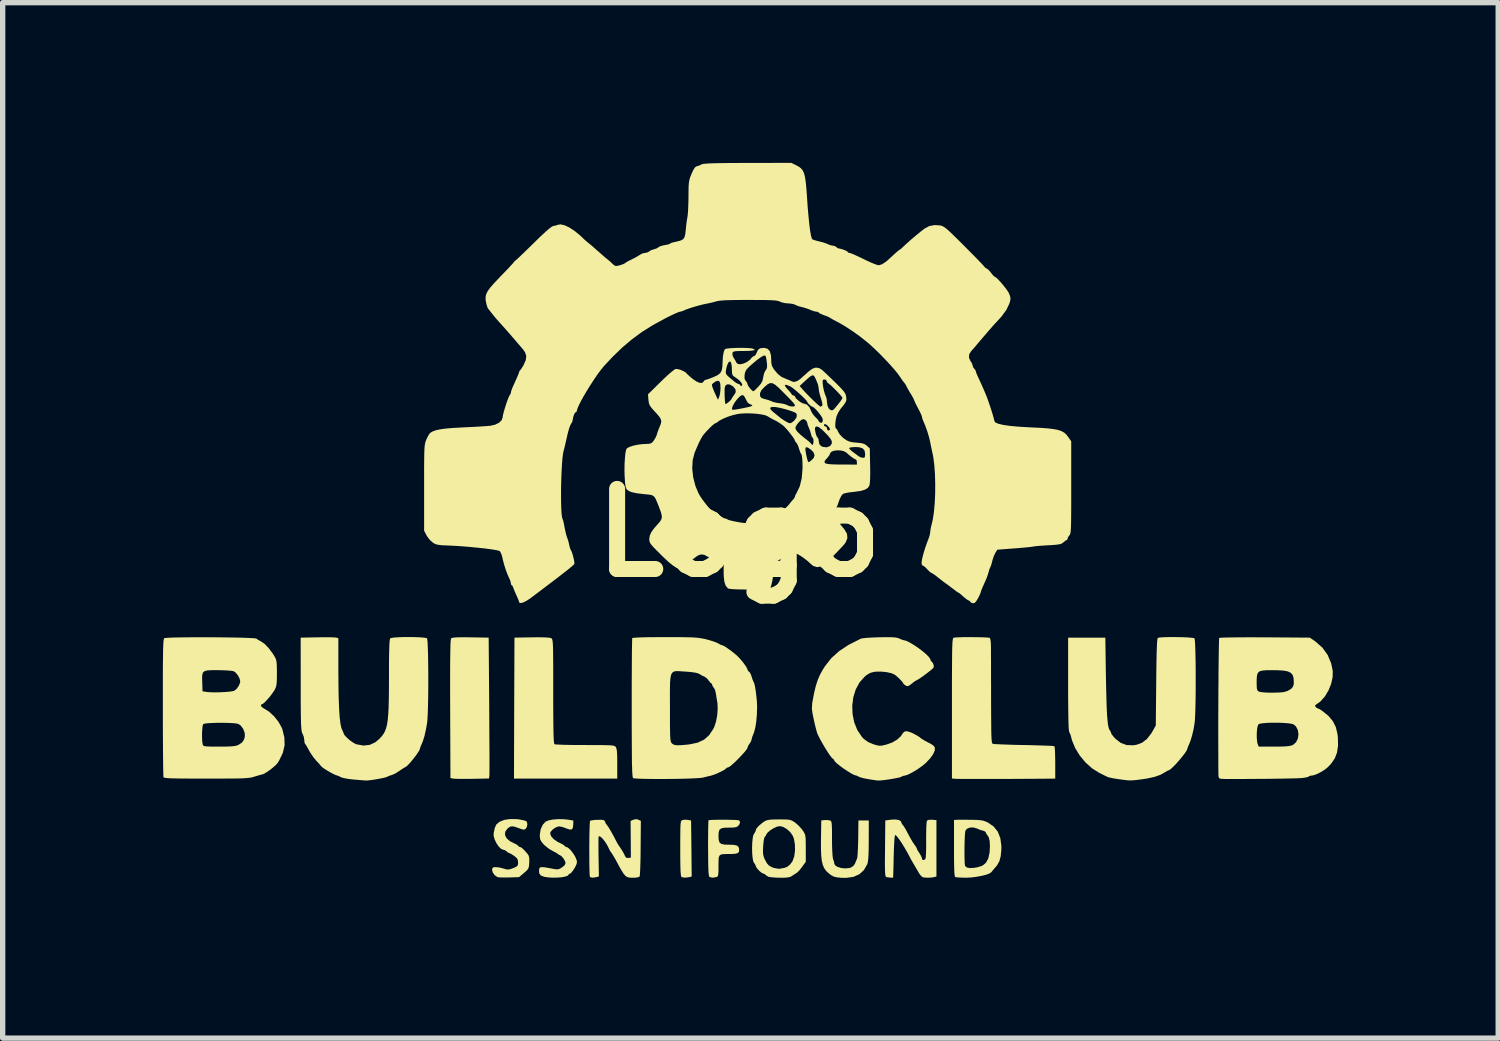
<source format=kicad_pcb>
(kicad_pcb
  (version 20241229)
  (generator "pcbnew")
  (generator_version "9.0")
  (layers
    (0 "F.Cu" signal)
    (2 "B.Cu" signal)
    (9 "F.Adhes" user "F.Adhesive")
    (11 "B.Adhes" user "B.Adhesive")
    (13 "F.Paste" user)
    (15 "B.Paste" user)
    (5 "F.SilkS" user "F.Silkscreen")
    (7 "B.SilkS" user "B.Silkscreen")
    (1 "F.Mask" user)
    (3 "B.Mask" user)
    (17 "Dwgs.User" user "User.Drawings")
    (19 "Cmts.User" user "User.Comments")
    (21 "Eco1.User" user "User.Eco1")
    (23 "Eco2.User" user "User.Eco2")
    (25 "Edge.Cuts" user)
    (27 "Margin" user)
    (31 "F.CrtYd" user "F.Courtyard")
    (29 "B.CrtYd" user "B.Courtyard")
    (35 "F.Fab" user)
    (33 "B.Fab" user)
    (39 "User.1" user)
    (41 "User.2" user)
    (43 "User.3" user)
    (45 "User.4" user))
  (footprint "Logo"
    (layer "F.Cu")
    (at 10.793 6.928)
    (property "Reference" "Logo" (at 0 0 0) (layer "F.SilkS") (effects (font (size 1.5 1.5) (thickness 0.3))))
    (attr board_only exclude_from_pos_files exclude_from_bom)
    (fp_poly (pts (xy -0.959 5.377) (xy -0.9 5.389) (xy -0.894 5.913) (xy -0.889 6.437) (xy -0.933 6.449) (xy -1.008 6.459) (xy -1.073 6.451) (xy -1.078 6.448) (xy -1.086 6.436) (xy -1.092 6.404) (xy -1.097 6.348) (xy -1.1 6.266) (xy -1.102 6.154) (xy -1.103 6.008) (xy -1.103 5.917) (xy -1.103 5.762) (xy -1.102 5.641) (xy -1.101 5.55) (xy -1.099 5.484) (xy -1.095 5.439) (xy -1.09 5.41) (xy -1.082 5.394) (xy -1.072 5.385) (xy -1.061 5.38) (xy -1.011 5.373)) (stroke (width 0) (type solid)) (fill yes) (layer "F.SilkS"))
    (fp_poly (pts (xy -5.105 1.957) (xy -5.032 1.958) (xy -4.691 1.964) (xy -4.681 3.231) (xy -4.68 3.45) (xy -4.679 3.659) (xy -4.678 3.854) (xy -4.677 4.031) (xy -4.676 4.189) (xy -4.676 4.322) (xy -4.676 4.428) (xy -4.677 4.503) (xy -4.677 4.544) (xy -4.678 4.55) (xy -4.684 4.602) (xy -4.989 4.608) (xy -5.099 4.609) (xy -5.198 4.609) (xy -5.28 4.608) (xy -5.335 4.606) (xy -5.351 4.604) (xy -5.407 4.594) (xy -5.412 3.3) (xy -5.413 3.024) (xy -5.413 2.785) (xy -5.413 2.58) (xy -5.412 2.409) (xy -5.41 2.269) (xy -5.408 2.159) (xy -5.406 2.077) (xy -5.402 2.021) (xy -5.398 1.989) (xy -5.395 1.98) (xy -5.379 1.97) (xy -5.347 1.963) (xy -5.294 1.959) (xy -5.215 1.957)) (stroke (width 0) (type solid)) (fill yes) (layer "F.SilkS"))
    (fp_poly (pts (xy -3.644 1.959) (xy -3.567 1.964) (xy -3.524 1.972) (xy -3.52 1.973) (xy -3.512 1.979) (xy -3.505 1.988) (xy -3.499 2.004) (xy -3.494 2.029) (xy -3.49 2.067) (xy -3.487 2.122) (xy -3.485 2.196) (xy -3.484 2.292) (xy -3.483 2.415) (xy -3.482 2.566) (xy -3.482 2.75) (xy -3.482 2.969) (xy -3.482 3.199) (xy -3.481 3.393) (xy -3.48 3.554) (xy -3.478 3.683) (xy -3.476 3.784) (xy -3.473 3.86) (xy -3.469 3.913) (xy -3.464 3.945) (xy -3.459 3.959) (xy -3.458 3.96) (xy -3.433 3.964) (xy -3.374 3.967) (xy -3.288 3.971) (xy -3.177 3.973) (xy -3.049 3.975) (xy -2.908 3.975) (xy -2.886 3.975) (xy -2.726 3.976) (xy -2.6 3.976) (xy -2.504 3.977) (xy -2.433 3.98) (xy -2.383 3.983) (xy -2.35 3.988) (xy -2.33 3.996) (xy -2.317 4.005) (xy -2.31 4.013) (xy -2.298 4.04) (xy -2.29 4.086) (xy -2.285 4.158) (xy -2.283 4.26) (xy -2.283 4.327) (xy -2.283 4.604) (xy -3.25 4.604) (xy -4.217 4.604) (xy -4.213 3.284) (xy -4.208 1.964) (xy -3.883 1.958) (xy -3.75 1.957)) (stroke (width 0) (type solid)) (fill yes) (layer "F.SilkS"))
    (fp_poly (pts (xy 1.694 5.386) (xy 1.71 5.391) (xy 1.721 5.4) (xy 1.729 5.42) (xy 1.734 5.454) (xy 1.737 5.51) (xy 1.739 5.592) (xy 1.739 5.706) (xy 1.739 5.736) (xy 1.74 5.856) (xy 1.744 5.961) (xy 1.749 6.043) (xy 1.755 6.096) (xy 1.76 6.112) (xy 1.777 6.162) (xy 1.78 6.19) (xy 1.797 6.228) (xy 1.844 6.258) (xy 1.909 6.278) (xy 1.984 6.286) (xy 2.06 6.279) (xy 2.098 6.268) (xy 2.142 6.236) (xy 2.169 6.196) (xy 2.191 6.142) (xy 2.208 6.103) (xy 2.214 6.072) (xy 2.219 6.009) (xy 2.224 5.922) (xy 2.228 5.817) (xy 2.23 5.726) (xy 2.234 5.388) (xy 2.331 5.388) (xy 2.428 5.388) (xy 2.427 5.765) (xy 2.426 5.909) (xy 2.423 6.02) (xy 2.418 6.103) (xy 2.411 6.162) (xy 2.401 6.202) (xy 2.398 6.21) (xy 2.336 6.318) (xy 2.251 6.395) (xy 2.142 6.444) (xy 2.007 6.463) (xy 1.902 6.461) (xy 1.824 6.452) (xy 1.769 6.438) (xy 1.723 6.413) (xy 1.68 6.38) (xy 1.631 6.335) (xy 1.594 6.284) (xy 1.567 6.222) (xy 1.548 6.144) (xy 1.537 6.044) (xy 1.532 5.917) (xy 1.532 5.758) (xy 1.533 5.733) (xy 1.538 5.388) (xy 1.593 5.381) (xy 1.652 5.38)) (stroke (width 0) (type solid)) (fill yes) (layer "F.SilkS"))
    (fp_poly (pts (xy -0.244 5.374) (xy -0.156 5.376) (xy -0.08 5.378) (xy -0.026 5.382) (xy -0.002 5.386) (xy 0.018 5.417) (xy 0.005 5.461) (xy -0.015 5.486) (xy -0.04 5.506) (xy -0.078 5.517) (xy -0.139 5.522) (xy -0.191 5.522) (xy -0.28 5.524) (xy -0.337 5.537) (xy -0.37 5.564) (xy -0.384 5.612) (xy -0.387 5.681) (xy -0.383 5.754) (xy -0.367 5.801) (xy -0.333 5.828) (xy -0.273 5.84) (xy -0.189 5.842) (xy -0.101 5.845) (xy -0.044 5.857) (xy -0.013 5.881) (xy -0.001 5.92) (xy 0 5.941) (xy -0.005 5.976) (xy -0.024 5.998) (xy -0.064 6.01) (xy -0.131 6.016) (xy -0.193 6.016) (xy -0.276 6.017) (xy -0.332 6.023) (xy -0.364 6.04) (xy -0.381 6.076) (xy -0.386 6.138) (xy -0.387 6.23) (xy -0.387 6.239) (xy -0.387 6.328) (xy -0.39 6.386) (xy -0.396 6.421) (xy -0.407 6.439) (xy -0.424 6.447) (xy -0.43 6.449) (xy -0.503 6.46) (xy -0.554 6.446) (xy -0.556 6.445) (xy -0.564 6.431) (xy -0.57 6.396) (xy -0.575 6.337) (xy -0.578 6.251) (xy -0.58 6.134) (xy -0.581 5.983) (xy -0.582 5.912) (xy -0.582 5.774) (xy -0.581 5.649) (xy -0.58 5.543) (xy -0.578 5.46) (xy -0.576 5.405) (xy -0.573 5.384) (xy -0.573 5.384) (xy -0.551 5.38) (xy -0.498 5.377) (xy -0.423 5.375) (xy -0.336 5.374)) (stroke (width 0) (type solid)) (fill yes) (layer "F.SilkS"))
    (fp_poly (pts (xy 4.294 5.375) (xy 4.356 5.375) (xy 4.455 5.378) (xy 4.526 5.384) (xy 4.58 5.394) (xy 4.627 5.412) (xy 4.656 5.425) (xy 4.764 5.499) (xy 4.843 5.596) (xy 4.891 5.717) (xy 4.911 5.863) (xy 4.91 5.945) (xy 4.898 6.06) (xy 4.874 6.149) (xy 4.833 6.224) (xy 4.786 6.281) (xy 4.75 6.322) (xy 4.726 6.352) (xy 4.723 6.356) (xy 4.691 6.379) (xy 4.63 6.403) (xy 4.546 6.424) (xy 4.451 6.442) (xy 4.352 6.455) (xy 4.258 6.46) (xy 4.246 6.46) (xy 4.166 6.458) (xy 4.099 6.455) (xy 4.056 6.45) (xy 4.048 6.448) (xy 4.04 6.436) (xy 4.034 6.404) (xy 4.03 6.349) (xy 4.027 6.267) (xy 4.025 6.155) (xy 4.024 6.01) (xy 4.024 5.956) (xy 4.22 5.956) (xy 4.22 6.053) (xy 4.222 6.137) (xy 4.225 6.201) (xy 4.23 6.237) (xy 4.232 6.241) (xy 4.266 6.269) (xy 4.32 6.28) (xy 4.402 6.275) (xy 4.462 6.265) (xy 4.555 6.235) (xy 4.622 6.181) (xy 4.666 6.1) (xy 4.69 5.988) (xy 4.691 5.978) (xy 4.697 5.864) (xy 4.691 5.769) (xy 4.673 5.7) (xy 4.651 5.667) (xy 4.627 5.634) (xy 4.623 5.618) (xy 4.607 5.595) (xy 4.57 5.58) (xy 4.514 5.564) (xy 4.455 5.539) (xy 4.388 5.519) (xy 4.321 5.521) (xy 4.266 5.543) (xy 4.238 5.578) (xy 4.232 5.612) (xy 4.227 5.676) (xy 4.223 5.759) (xy 4.221 5.856) (xy 4.22 5.956) (xy 4.024 5.956) (xy 4.024 5.908) (xy 4.024 5.378) (xy 4.087 5.375) (xy 4.132 5.374) (xy 4.205 5.374)) (stroke (width 0) (type solid)) (fill yes) (layer "F.SilkS"))
    (fp_poly (pts (xy -1.888 5.374) (xy -1.841 5.395) (xy -1.845 5.904) (xy -1.846 6.041) (xy -1.849 6.166) (xy -1.852 6.274) (xy -1.856 6.359) (xy -1.86 6.415) (xy -1.864 6.437) (xy -1.893 6.452) (xy -1.952 6.46) (xy -1.99 6.461) (xy -2.045 6.459) (xy -2.088 6.451) (xy -2.125 6.43) (xy -2.16 6.391) (xy -2.199 6.331) (xy -2.249 6.243) (xy -2.273 6.198) (xy -2.314 6.122) (xy -2.352 6.057) (xy -2.38 6.011) (xy -2.39 5.997) (xy -2.418 5.957) (xy -2.436 5.92) (xy -2.474 5.845) (xy -2.518 5.777) (xy -2.563 5.722) (xy -2.602 5.689) (xy -2.63 5.683) (xy -2.633 5.703) (xy -2.635 5.755) (xy -2.635 5.835) (xy -2.635 5.935) (xy -2.634 6.049) (xy -2.633 6.062) (xy -2.627 6.436) (xy -2.673 6.449) (xy -2.743 6.46) (xy -2.786 6.451) (xy -2.795 6.443) (xy -2.799 6.418) (xy -2.802 6.361) (xy -2.804 6.278) (xy -2.806 6.176) (xy -2.806 6.06) (xy -2.807 5.937) (xy -2.806 5.814) (xy -2.805 5.695) (xy -2.803 5.589) (xy -2.8 5.5) (xy -2.797 5.435) (xy -2.793 5.4) (xy -2.792 5.396) (xy -2.761 5.385) (xy -2.702 5.378) (xy -2.625 5.375) (xy -2.568 5.376) (xy -2.529 5.385) (xy -2.515 5.403) (xy -2.503 5.436) (xy -2.481 5.467) (xy -2.447 5.514) (xy -2.4 5.592) (xy -2.343 5.696) (xy -2.307 5.765) (xy -2.282 5.814) (xy -2.261 5.848) (xy -2.258 5.852) (xy -2.219 5.909) (xy -2.179 5.972) (xy -2.149 6.028) (xy -2.138 6.054) (xy -2.116 6.086) (xy -2.076 6.09) (xy -2.028 6.084) (xy -2.03 5.741) (xy -2.033 5.397) (xy -1.984 5.375) (xy -1.928 5.362)) (stroke (width 0) (type solid)) (fill yes) (layer "F.SilkS"))
    (fp_poly (pts (xy 4.387 1.955) (xy 4.485 1.956) (xy 4.573 1.958) (xy 4.642 1.962) (xy 4.685 1.966) (xy 4.694 1.969) (xy 4.705 1.995) (xy 4.713 2.053) (xy 4.716 2.136) (xy 4.716 2.138) (xy 4.716 2.19) (xy 4.716 2.277) (xy 4.717 2.392) (xy 4.717 2.531) (xy 4.717 2.689) (xy 4.718 2.86) (xy 4.718 3.039) (xy 4.718 3.118) (xy 4.719 3.319) (xy 4.72 3.485) (xy 4.721 3.618) (xy 4.722 3.724) (xy 4.724 3.804) (xy 4.727 3.863) (xy 4.731 3.904) (xy 4.736 3.93) (xy 4.742 3.945) (xy 4.75 3.952) (xy 4.754 3.954) (xy 4.782 3.957) (xy 4.843 3.96) (xy 4.932 3.964) (xy 5.044 3.968) (xy 5.173 3.972) (xy 5.315 3.975) (xy 5.337 3.975) (xy 5.479 3.978) (xy 5.609 3.982) (xy 5.721 3.986) (xy 5.811 3.989) (xy 5.873 3.993) (xy 5.902 3.996) (xy 5.903 3.996) (xy 5.909 4.018) (xy 5.914 4.072) (xy 5.917 4.151) (xy 5.919 4.247) (xy 5.92 4.305) (xy 5.92 4.604) (xy 5.837 4.605) (xy 5.702 4.606) (xy 5.55 4.607) (xy 5.386 4.608) (xy 5.213 4.609) (xy 5.037 4.61) (xy 4.863 4.61) (xy 4.694 4.61) (xy 4.536 4.61) (xy 4.392 4.61) (xy 4.269 4.61) (xy 4.169 4.61) (xy 4.098 4.609) (xy 4.06 4.608) (xy 4.058 4.608) (xy 3.985 4.602) (xy 3.985 3.29) (xy 3.985 3.031) (xy 3.985 2.808) (xy 3.986 2.618) (xy 3.987 2.459) (xy 3.988 2.328) (xy 3.989 2.222) (xy 3.991 2.139) (xy 3.994 2.076) (xy 3.997 2.03) (xy 4.001 1.998) (xy 4.006 1.979) (xy 4.011 1.969) (xy 4.016 1.966) (xy 4.047 1.961) (xy 4.108 1.958) (xy 4.19 1.955) (xy 4.285 1.954)) (stroke (width 0) (type solid)) (fill yes) (layer "F.SilkS"))
    (fp_poly (pts (xy -4.161 5.363) (xy -4.13 5.367) (xy -4.061 5.379) (xy -4.008 5.393) (xy -3.981 5.405) (xy -3.981 5.406) (xy -3.966 5.455) (xy -3.976 5.51) (xy -3.996 5.541) (xy -4.017 5.556) (xy -4.043 5.559) (xy -4.085 5.547) (xy -4.126 5.532) (xy -4.201 5.506) (xy -4.253 5.497) (xy -4.291 5.505) (xy -4.329 5.531) (xy -4.34 5.541) (xy -4.381 5.599) (xy -4.385 5.66) (xy -4.356 5.721) (xy -4.293 5.776) (xy -4.212 5.817) (xy -4.167 5.839) (xy -4.142 5.859) (xy -4.14 5.864) (xy -4.124 5.879) (xy -4.114 5.881) (xy -4.079 5.895) (xy -4.028 5.94) (xy -3.97 6.005) (xy -3.944 6.042) (xy -3.932 6.083) (xy -3.93 6.143) (xy -3.931 6.175) (xy -3.936 6.241) (xy -3.947 6.284) (xy -3.972 6.32) (xy -4.019 6.362) (xy -4.03 6.371) (xy -4.123 6.45) (xy -4.31 6.455) (xy -4.394 6.456) (xy -4.465 6.455) (xy -4.514 6.451) (xy -4.527 6.448) (xy -4.578 6.413) (xy -4.614 6.363) (xy -4.628 6.311) (xy -4.618 6.275) (xy -4.59 6.262) (xy -4.534 6.263) (xy -4.462 6.275) (xy -4.391 6.295) (xy -4.343 6.307) (xy -4.298 6.303) (xy -4.238 6.283) (xy -4.232 6.281) (xy -4.177 6.256) (xy -4.15 6.234) (xy -4.141 6.202) (xy -4.14 6.173) (xy -4.146 6.125) (xy -4.168 6.089) (xy -4.216 6.05) (xy -4.264 6.019) (xy -4.3 6) (xy -4.31 5.997) (xy -4.337 5.984) (xy -4.353 5.968) (xy -4.389 5.943) (xy -4.409 5.939) (xy -4.456 5.922) (xy -4.503 5.876) (xy -4.547 5.812) (xy -4.58 5.741) (xy -4.599 5.67) (xy -4.596 5.613) (xy -4.585 5.57) (xy -4.577 5.527) (xy -4.547 5.462) (xy -4.486 5.412) (xy -4.398 5.377) (xy -4.288 5.361)) (stroke (width 0) (type solid)) (fill yes) (layer "F.SilkS"))
    (fp_poly (pts (xy -3.292 5.364) (xy -3.211 5.372) (xy -3.105 5.389) (xy -3.107 5.462) (xy -3.114 5.524) (xy -3.134 5.555) (xy -3.172 5.558) (xy -3.236 5.537) (xy -3.247 5.532) (xy -3.319 5.507) (xy -3.376 5.499) (xy -3.391 5.501) (xy -3.447 5.525) (xy -3.498 5.562) (xy -3.532 5.603) (xy -3.54 5.628) (xy -3.522 5.682) (xy -3.473 5.738) (xy -3.4 5.789) (xy -3.366 5.805) (xy -3.313 5.832) (xy -3.277 5.855) (xy -3.269 5.865) (xy -3.254 5.88) (xy -3.245 5.881) (xy -3.206 5.897) (xy -3.159 5.94) (xy -3.112 5.999) (xy -3.071 6.065) (xy -3.044 6.128) (xy -3.037 6.169) (xy -3.047 6.208) (xy -3.071 6.261) (xy -3.104 6.315) (xy -3.137 6.359) (xy -3.163 6.382) (xy -3.168 6.383) (xy -3.19 6.395) (xy -3.192 6.401) (xy -3.21 6.422) (xy -3.258 6.439) (xy -3.328 6.452) (xy -3.412 6.458) (xy -3.502 6.459) (xy -3.588 6.453) (xy -3.654 6.442) (xy -3.715 6.418) (xy -3.744 6.378) (xy -3.748 6.316) (xy -3.742 6.286) (xy -3.727 6.268) (xy -3.696 6.261) (xy -3.643 6.265) (xy -3.561 6.279) (xy -3.509 6.289) (xy -3.442 6.301) (xy -3.397 6.303) (xy -3.361 6.293) (xy -3.32 6.269) (xy -3.267 6.225) (xy -3.251 6.184) (xy -3.263 6.145) (xy -3.291 6.098) (xy -3.326 6.058) (xy -3.358 6.036) (xy -3.363 6.036) (xy -3.387 6.023) (xy -3.389 6.021) (xy -3.408 6.005) (xy -3.452 5.98) (xy -3.492 5.96) (xy -3.565 5.916) (xy -3.636 5.86) (xy -3.661 5.835) (xy -3.705 5.783) (xy -3.727 5.738) (xy -3.733 5.683) (xy -3.734 5.665) (xy -3.719 5.559) (xy -3.679 5.469) (xy -3.625 5.411) (xy -3.572 5.387) (xy -3.492 5.371) (xy -3.395 5.363)) (stroke (width 0) (type solid)) (fill yes) (layer "F.SilkS"))
    (fp_poly (pts (xy 2.986 5.378) (xy 3.027 5.4) (xy 3.037 5.423) (xy 3.051 5.458) (xy 3.064 5.473) (xy 3.087 5.502) (xy 3.118 5.553) (xy 3.146 5.606) (xy 3.197 5.701) (xy 3.247 5.788) (xy 3.292 5.855) (xy 3.308 5.875) (xy 3.325 5.905) (xy 3.327 5.914) (xy 3.337 5.939) (xy 3.363 5.981) (xy 3.376 6.001) (xy 3.406 6.051) (xy 3.423 6.093) (xy 3.424 6.102) (xy 3.436 6.128) (xy 3.462 6.129) (xy 3.488 6.107) (xy 3.491 6.099) (xy 3.496 6.069) (xy 3.499 6.007) (xy 3.502 5.921) (xy 3.503 5.819) (xy 3.502 5.739) (xy 3.503 5.62) (xy 3.505 5.521) (xy 3.509 5.445) (xy 3.515 5.4) (xy 3.519 5.39) (xy 3.551 5.376) (xy 3.606 5.374) (xy 3.616 5.374) (xy 3.695 5.382) (xy 3.695 5.91) (xy 3.695 6.437) (xy 3.651 6.449) (xy 3.592 6.458) (xy 3.521 6.46) (xy 3.459 6.455) (xy 3.434 6.449) (xy 3.406 6.425) (xy 3.372 6.381) (xy 3.364 6.367) (xy 3.328 6.304) (xy 3.287 6.235) (xy 3.278 6.219) (xy 3.241 6.157) (xy 3.208 6.098) (xy 3.201 6.084) (xy 3.147 5.982) (xy 3.091 5.886) (xy 3.038 5.801) (xy 2.99 5.731) (xy 2.952 5.683) (xy 2.926 5.661) (xy 2.92 5.662) (xy 2.914 5.686) (xy 2.908 5.742) (xy 2.903 5.825) (xy 2.898 5.928) (xy 2.895 6.045) (xy 2.894 6.065) (xy 2.892 6.183) (xy 2.889 6.287) (xy 2.887 6.371) (xy 2.885 6.429) (xy 2.884 6.455) (xy 2.884 6.456) (xy 2.866 6.46) (xy 2.826 6.458) (xy 2.781 6.452) (xy 2.761 6.448) (xy 2.751 6.443) (xy 2.743 6.431) (xy 2.737 6.408) (xy 2.734 6.37) (xy 2.731 6.311) (xy 2.73 6.229) (xy 2.73 6.118) (xy 2.732 5.974) (xy 2.732 5.914) (xy 2.737 5.388) (xy 2.838 5.374) (xy 2.92 5.369)) (stroke (width 0) (type solid)) (fill yes) (layer "F.SilkS"))
    (fp_poly (pts (xy 0.842 5.369) (xy 0.908 5.371) (xy 0.954 5.378) (xy 0.989 5.391) (xy 1.024 5.411) (xy 1.047 5.427) (xy 1.11 5.481) (xy 1.171 5.547) (xy 1.189 5.572) (xy 1.213 5.609) (xy 1.23 5.641) (xy 1.24 5.677) (xy 1.245 5.726) (xy 1.247 5.795) (xy 1.248 5.894) (xy 1.248 5.91) (xy 1.248 6.161) (xy 1.18 6.256) (xy 1.137 6.311) (xy 1.096 6.355) (xy 1.074 6.372) (xy 1.029 6.4) (xy 0.989 6.427) (xy 0.956 6.445) (xy 0.91 6.455) (xy 0.841 6.46) (xy 0.766 6.46) (xy 0.683 6.458) (xy 0.61 6.452) (xy 0.56 6.445) (xy 0.548 6.442) (xy 0.51 6.42) (xy 0.494 6.405) (xy 0.465 6.385) (xy 0.455 6.384) (xy 0.424 6.37) (xy 0.382 6.336) (xy 0.342 6.294) (xy 0.315 6.255) (xy 0.31 6.239) (xy 0.297 6.205) (xy 0.277 6.18) (xy 0.262 6.145) (xy 0.251 6.081) (xy 0.244 5.998) (xy 0.243 5.952) (xy 0.446 5.952) (xy 0.448 6.013) (xy 0.458 6.062) (xy 0.477 6.11) (xy 0.482 6.119) (xy 0.519 6.188) (xy 0.557 6.231) (xy 0.608 6.261) (xy 0.653 6.278) (xy 0.747 6.294) (xy 0.848 6.276) (xy 0.9 6.256) (xy 0.949 6.218) (xy 0.994 6.159) (xy 1.001 6.147) (xy 1.032 6.059) (xy 1.046 5.951) (xy 1.044 5.837) (xy 1.026 5.732) (xy 1.005 5.676) (xy 0.958 5.607) (xy 0.892 5.548) (xy 0.82 5.507) (xy 0.76 5.494) (xy 0.706 5.505) (xy 0.644 5.534) (xy 0.582 5.572) (xy 0.533 5.615) (xy 0.505 5.654) (xy 0.503 5.666) (xy 0.488 5.688) (xy 0.482 5.691) (xy 0.471 5.713) (xy 0.46 5.765) (xy 0.452 5.839) (xy 0.45 5.865) (xy 0.446 5.952) (xy 0.243 5.952) (xy 0.242 5.905) (xy 0.245 5.813) (xy 0.252 5.732) (xy 0.263 5.67) (xy 0.278 5.639) (xy 0.303 5.6) (xy 0.31 5.575) (xy 0.325 5.537) (xy 0.368 5.488) (xy 0.431 5.435) (xy 0.473 5.406) (xy 0.505 5.389) (xy 0.545 5.378) (xy 0.602 5.371) (xy 0.684 5.369) (xy 0.747 5.368)) (stroke (width 0) (type solid)) (fill yes) (layer "F.SilkS"))
    (fp_poly (pts (xy 8.21 1.954) (xy 8.309 1.956) (xy 8.398 1.96) (xy 8.47 1.966) (xy 8.516 1.972) (xy 8.527 1.977) (xy 8.533 2.002) (xy 8.538 2.06) (xy 8.542 2.147) (xy 8.545 2.257) (xy 8.548 2.386) (xy 8.55 2.528) (xy 8.55 2.679) (xy 8.55 2.833) (xy 8.55 2.986) (xy 8.548 3.131) (xy 8.545 3.265) (xy 8.542 3.382) (xy 8.537 3.478) (xy 8.532 3.546) (xy 8.531 3.557) (xy 8.51 3.681) (xy 8.482 3.8) (xy 8.45 3.904) (xy 8.423 3.969) (xy 8.403 4.012) (xy 8.396 4.04) (xy 8.383 4.073) (xy 8.35 4.125) (xy 8.301 4.189) (xy 8.244 4.258) (xy 8.184 4.326) (xy 8.127 4.385) (xy 8.079 4.428) (xy 8.047 4.449) (xy 8.042 4.449) (xy 8.015 4.46) (xy 7.975 4.485) (xy 7.972 4.487) (xy 7.887 4.534) (xy 7.779 4.572) (xy 7.64 4.602) (xy 7.554 4.615) (xy 7.459 4.628) (xy 7.389 4.635) (xy 7.333 4.638) (xy 7.276 4.636) (xy 7.207 4.628) (xy 7.113 4.615) (xy 7.109 4.615) (xy 7.027 4.602) (xy 6.956 4.588) (xy 6.907 4.576) (xy 6.896 4.571) (xy 6.859 4.553) (xy 6.801 4.524) (xy 6.744 4.496) (xy 6.612 4.413) (xy 6.488 4.303) (xy 6.379 4.172) (xy 6.292 4.03) (xy 6.233 3.886) (xy 6.219 3.83) (xy 6.204 3.777) (xy 6.185 3.737) (xy 6.183 3.735) (xy 6.178 3.715) (xy 6.173 3.667) (xy 6.169 3.59) (xy 6.166 3.482) (xy 6.164 3.342) (xy 6.162 3.167) (xy 6.161 2.957) (xy 6.161 2.836) (xy 6.161 1.964) (xy 6.51 1.964) (xy 6.858 1.964) (xy 6.869 2.708) (xy 6.874 2.938) (xy 6.879 3.131) (xy 6.884 3.292) (xy 6.891 3.422) (xy 6.9 3.523) (xy 6.909 3.6) (xy 6.921 3.654) (xy 6.934 3.689) (xy 6.944 3.701) (xy 6.963 3.736) (xy 6.964 3.747) (xy 6.977 3.774) (xy 7.01 3.817) (xy 7.046 3.857) (xy 7.145 3.934) (xy 7.255 3.975) (xy 7.378 3.98) (xy 7.444 3.97) (xy 7.546 3.932) (xy 7.637 3.862) (xy 7.719 3.757) (xy 7.753 3.699) (xy 7.803 3.608) (xy 7.811 2.795) (xy 7.813 2.579) (xy 7.816 2.398) (xy 7.819 2.252) (xy 7.823 2.139) (xy 7.827 2.056) (xy 7.832 2.002) (xy 7.838 1.974) (xy 7.841 1.969) (xy 7.871 1.962) (xy 7.931 1.957) (xy 8.013 1.954) (xy 8.108 1.953)) (stroke (width 0) (type solid)) (fill yes) (layer "F.SilkS"))
    (fp_poly (pts (xy -6.068 1.954) (xy -5.978 1.958) (xy -5.905 1.964) (xy -5.858 1.971) (xy -5.846 1.977) (xy -5.84 2.002) (xy -5.835 2.06) (xy -5.831 2.147) (xy -5.827 2.258) (xy -5.825 2.387) (xy -5.823 2.529) (xy -5.822 2.68) (xy -5.822 2.834) (xy -5.823 2.987) (xy -5.825 3.132) (xy -5.828 3.265) (xy -5.832 3.382) (xy -5.837 3.477) (xy -5.842 3.544) (xy -5.843 3.553) (xy -5.866 3.686) (xy -5.894 3.809) (xy -5.926 3.911) (xy -5.951 3.969) (xy -5.97 4.013) (xy -5.978 4.043) (xy -5.989 4.074) (xy -6.021 4.124) (xy -6.065 4.186) (xy -6.116 4.251) (xy -6.167 4.312) (xy -6.213 4.36) (xy -6.246 4.387) (xy -6.257 4.391) (xy -6.277 4.402) (xy -6.319 4.429) (xy -6.36 4.457) (xy -6.421 4.497) (xy -6.48 4.527) (xy -6.51 4.538) (xy -6.559 4.553) (xy -6.59 4.569) (xy -6.619 4.58) (xy -6.675 4.594) (xy -6.749 4.608) (xy -6.828 4.622) (xy -6.904 4.633) (xy -6.964 4.639) (xy -6.993 4.64) (xy -7.029 4.637) (xy -7.092 4.632) (xy -7.173 4.625) (xy -7.224 4.621) (xy -7.311 4.611) (xy -7.386 4.598) (xy -7.44 4.585) (xy -7.456 4.578) (xy -7.506 4.553) (xy -7.551 4.539) (xy -7.589 4.523) (xy -7.645 4.494) (xy -7.707 4.458) (xy -7.766 4.421) (xy -7.811 4.389) (xy -7.831 4.369) (xy -7.846 4.35) (xy -7.88 4.311) (xy -7.92 4.269) (xy -7.978 4.198) (xy -8.033 4.116) (xy -8.058 4.072) (xy -8.089 4.014) (xy -8.115 3.971) (xy -8.129 3.954) (xy -8.14 3.93) (xy -8.144 3.884) (xy -8.144 3.882) (xy -8.154 3.82) (xy -8.177 3.763) (xy -8.185 3.746) (xy -8.192 3.723) (xy -8.197 3.691) (xy -8.201 3.646) (xy -8.205 3.585) (xy -8.207 3.504) (xy -8.209 3.4) (xy -8.21 3.268) (xy -8.211 3.107) (xy -8.211 2.911) (xy -8.211 2.834) (xy -8.212 1.964) (xy -7.902 1.958) (xy -7.794 1.957) (xy -7.696 1.957) (xy -7.617 1.958) (xy -7.565 1.961) (xy -7.549 1.963) (xy -7.506 1.974) (xy -7.506 2.597) (xy -7.504 2.865) (xy -7.5 3.097) (xy -7.492 3.292) (xy -7.482 3.449) (xy -7.468 3.569) (xy -7.451 3.651) (xy -7.436 3.689) (xy -7.416 3.729) (xy -7.409 3.753) (xy -7.394 3.785) (xy -7.355 3.829) (xy -7.301 3.878) (xy -7.242 3.922) (xy -7.188 3.953) (xy -7.165 3.962) (xy -7.035 3.985) (xy -6.918 3.972) (xy -6.813 3.923) (xy -6.743 3.864) (xy -6.701 3.82) (xy -6.666 3.775) (xy -6.637 3.725) (xy -6.614 3.666) (xy -6.595 3.595) (xy -6.582 3.509) (xy -6.572 3.402) (xy -6.565 3.272) (xy -6.561 3.115) (xy -6.559 2.927) (xy -6.558 2.703) (xy -6.558 2.698) (xy -6.558 2.5) (xy -6.557 2.338) (xy -6.554 2.21) (xy -6.551 2.112) (xy -6.547 2.043) (xy -6.542 1.999) (xy -6.536 1.978) (xy -6.535 1.977) (xy -6.507 1.968) (xy -6.448 1.961) (xy -6.367 1.956) (xy -6.271 1.953) (xy -6.169 1.953)) (stroke (width 0) (type solid)) (fill yes) (layer "F.SilkS"))
    (fp_poly (pts (xy 9.746 1.958) (xy 9.848 1.958) (xy 10.688 1.964) (xy 10.795 2.038) (xy 10.923 2.151) (xy 11.021 2.287) (xy 11.087 2.444) (xy 11.117 2.587) (xy 11.115 2.704) (xy 11.087 2.829) (xy 11.037 2.953) (xy 10.97 3.065) (xy 10.89 3.156) (xy 10.814 3.211) (xy 10.786 3.233) (xy 10.792 3.256) (xy 10.796 3.261) (xy 10.824 3.285) (xy 10.836 3.289) (xy 10.862 3.299) (xy 10.905 3.325) (xy 10.916 3.332) (xy 11.035 3.428) (xy 11.119 3.528) (xy 11.175 3.64) (xy 11.206 3.771) (xy 11.213 3.834) (xy 11.216 3.988) (xy 11.197 4.117) (xy 11.154 4.227) (xy 11.084 4.328) (xy 11.017 4.397) (xy 10.956 4.444) (xy 10.883 4.488) (xy 10.809 4.524) (xy 10.747 4.544) (xy 10.726 4.546) (xy 10.686 4.553) (xy 10.67 4.564) (xy 10.646 4.575) (xy 10.595 4.586) (xy 10.538 4.593) (xy 10.493 4.596) (xy 10.416 4.599) (xy 10.313 4.601) (xy 10.189 4.604) (xy 10.051 4.606) (xy 9.902 4.608) (xy 9.75 4.609) (xy 9.598 4.61) (xy 9.453 4.611) (xy 9.32 4.612) (xy 9.205 4.611) (xy 9.112 4.611) (xy 9.048 4.609) (xy 9.02 4.608) (xy 8.99 4.596) (xy 8.978 4.567) (xy 8.976 4.53) (xy 8.974 4.342) (xy 8.974 4.142) (xy 8.973 3.932) (xy 8.973 3.759) (xy 9.694 3.759) (xy 9.694 3.838) (xy 9.7 3.908) (xy 9.71 3.954) (xy 9.73 4.004) (xy 10.019 4.004) (xy 10.139 4.004) (xy 10.226 4.001) (xy 10.289 3.995) (xy 10.334 3.987) (xy 10.369 3.974) (xy 10.375 3.971) (xy 10.43 3.922) (xy 10.464 3.853) (xy 10.475 3.773) (xy 10.463 3.694) (xy 10.428 3.627) (xy 10.386 3.59) (xy 10.345 3.577) (xy 10.276 3.567) (xy 10.187 3.561) (xy 10.088 3.557) (xy 9.986 3.557) (xy 9.89 3.56) (xy 9.809 3.567) (xy 9.75 3.576) (xy 9.725 3.587) (xy 9.71 3.622) (xy 9.699 3.683) (xy 9.694 3.759) (xy 8.973 3.759) (xy 8.973 3.717) (xy 8.973 3.5) (xy 8.974 3.284) (xy 8.975 3.073) (xy 8.976 2.871) (xy 8.977 2.806) (xy 9.692 2.806) (xy 9.693 2.882) (xy 9.698 2.929) (xy 9.709 2.955) (xy 9.728 2.971) (xy 9.735 2.975) (xy 9.776 2.984) (xy 9.845 2.991) (xy 9.933 2.995) (xy 10.028 2.994) (xy 10.121 2.991) (xy 10.191 2.985) (xy 10.268 2.964) (xy 10.332 2.927) (xy 10.37 2.887) (xy 10.386 2.841) (xy 10.388 2.795) (xy 10.383 2.719) (xy 10.366 2.663) (xy 10.331 2.623) (xy 10.275 2.596) (xy 10.192 2.581) (xy 10.079 2.574) (xy 9.987 2.573) (xy 9.874 2.574) (xy 9.795 2.581) (xy 9.742 2.597) (xy 9.712 2.628) (xy 9.697 2.678) (xy 9.692 2.751) (xy 9.692 2.806) (xy 8.977 2.806) (xy 8.977 2.68) (xy 8.979 2.505) (xy 8.981 2.349) (xy 8.983 2.214) (xy 8.985 2.106) (xy 8.987 2.027) (xy 8.989 1.981) (xy 8.991 1.97) (xy 9.014 1.966) (xy 9.071 1.963) (xy 9.159 1.961) (xy 9.275 1.959) (xy 9.414 1.958) (xy 9.572 1.957)) (stroke (width 0) (type solid)) (fill yes) (layer "F.SilkS"))
    (fp_poly (pts (xy 2.841 1.956) (xy 2.908 1.959) (xy 2.955 1.966) (xy 2.989 1.976) (xy 3.001 1.981) (xy 3.048 2.002) (xy 3.082 2.012) (xy 3.084 2.012) (xy 3.129 2.023) (xy 3.193 2.054) (xy 3.268 2.099) (xy 3.349 2.153) (xy 3.427 2.211) (xy 3.495 2.268) (xy 3.547 2.319) (xy 3.576 2.358) (xy 3.579 2.37) (xy 3.594 2.403) (xy 3.605 2.412) (xy 3.63 2.443) (xy 3.645 2.488) (xy 3.641 2.525) (xy 3.639 2.528) (xy 3.615 2.552) (xy 3.569 2.59) (xy 3.511 2.635) (xy 3.448 2.682) (xy 3.389 2.723) (xy 3.342 2.753) (xy 3.317 2.766) (xy 3.316 2.766) (xy 3.296 2.777) (xy 3.257 2.806) (xy 3.232 2.826) (xy 3.185 2.861) (xy 3.154 2.873) (xy 3.127 2.866) (xy 3.117 2.86) (xy 3.086 2.837) (xy 3.076 2.825) (xy 3.063 2.801) (xy 3.029 2.762) (xy 2.984 2.717) (xy 2.939 2.677) (xy 2.911 2.656) (xy 2.849 2.629) (xy 2.762 2.61) (xy 2.661 2.6) (xy 2.561 2.601) (xy 2.527 2.605) (xy 2.453 2.625) (xy 2.381 2.669) (xy 2.351 2.695) (xy 2.254 2.803) (xy 2.183 2.934) (xy 2.138 3.081) (xy 2.118 3.237) (xy 2.124 3.396) (xy 2.155 3.55) (xy 2.213 3.694) (xy 2.297 3.82) (xy 2.333 3.86) (xy 2.417 3.92) (xy 2.517 3.962) (xy 2.583 3.981) (xy 2.632 3.989) (xy 2.68 3.985) (xy 2.744 3.97) (xy 2.763 3.965) (xy 2.869 3.927) (xy 2.961 3.872) (xy 3.031 3.807) (xy 3.061 3.76) (xy 3.092 3.725) (xy 3.14 3.716) (xy 3.21 3.736) (xy 3.276 3.767) (xy 3.332 3.798) (xy 3.372 3.823) (xy 3.385 3.833) (xy 3.41 3.853) (xy 3.458 3.883) (xy 3.517 3.916) (xy 3.576 3.946) (xy 3.591 3.954) (xy 3.637 3.984) (xy 3.664 4.019) (xy 3.665 4.021) (xy 3.664 4.077) (xy 3.632 4.148) (xy 3.573 4.23) (xy 3.489 4.318) (xy 3.488 4.318) (xy 3.432 4.364) (xy 3.361 4.415) (xy 3.285 4.463) (xy 3.211 4.505) (xy 3.15 4.534) (xy 3.11 4.546) (xy 3.109 4.546) (xy 3.064 4.555) (xy 3.043 4.567) (xy 3.017 4.578) (xy 2.962 4.591) (xy 2.889 4.605) (xy 2.807 4.619) (xy 2.725 4.63) (xy 2.655 4.638) (xy 2.605 4.64) (xy 2.602 4.64) (xy 2.565 4.636) (xy 2.502 4.627) (xy 2.426 4.615) (xy 2.41 4.612) (xy 2.336 4.598) (xy 2.276 4.582) (xy 2.241 4.569) (xy 2.237 4.566) (xy 2.201 4.548) (xy 2.189 4.546) (xy 2.153 4.535) (xy 2.098 4.507) (xy 2.031 4.465) (xy 1.958 4.417) (xy 1.89 4.367) (xy 1.832 4.321) (xy 1.793 4.283) (xy 1.78 4.262) (xy 1.769 4.239) (xy 1.762 4.237) (xy 1.741 4.221) (xy 1.706 4.177) (xy 1.662 4.112) (xy 1.612 4.033) (xy 1.561 3.946) (xy 1.512 3.858) (xy 1.471 3.776) (xy 1.469 3.77) (xy 1.455 3.732) (xy 1.437 3.664) (xy 1.415 3.576) (xy 1.393 3.476) (xy 1.374 3.385) (xy 1.362 3.293) (xy 1.368 3.197) (xy 1.375 3.153) (xy 1.405 2.994) (xy 1.437 2.864) (xy 1.473 2.754) (xy 1.516 2.655) (xy 1.57 2.558) (xy 1.608 2.498) (xy 1.725 2.349) (xy 1.873 2.216) (xy 2.043 2.103) (xy 2.109 2.069) (xy 2.177 2.035) (xy 2.236 2.005) (xy 2.273 1.986) (xy 2.273 1.985) (xy 2.307 1.977) (xy 2.375 1.969) (xy 2.469 1.963) (xy 2.585 1.958) (xy 2.626 1.957) (xy 2.75 1.955)) (stroke (width 0) (type solid)) (fill yes) (layer "F.SilkS"))
    (fp_poly (pts (xy -9.898 1.957) (xy -9.74 1.958) (xy -9.586 1.96) (xy -9.443 1.962) (xy -9.313 1.965) (xy -9.203 1.969) (xy -9.118 1.973) (xy -9.061 1.978) (xy -9.038 1.983) (xy -9.038 1.983) (xy -9.013 2.003) (xy -8.967 2.028) (xy -8.954 2.035) (xy -8.887 2.081) (xy -8.813 2.158) (xy -8.737 2.259) (xy -8.704 2.312) (xy -8.684 2.347) (xy -8.671 2.383) (xy -8.663 2.427) (xy -8.659 2.487) (xy -8.657 2.574) (xy -8.657 2.631) (xy -8.658 2.733) (xy -8.661 2.806) (xy -8.667 2.858) (xy -8.678 2.897) (xy -8.694 2.932) (xy -8.708 2.956) (xy -8.747 3.014) (xy -8.795 3.076) (xy -8.846 3.134) (xy -8.892 3.181) (xy -8.927 3.208) (xy -8.937 3.211) (xy -8.957 3.222) (xy -8.952 3.247) (xy -8.927 3.274) (xy -8.908 3.285) (xy -8.807 3.348) (xy -8.71 3.437) (xy -8.626 3.543) (xy -8.565 3.653) (xy -8.555 3.68) (xy -8.517 3.835) (xy -8.513 3.981) (xy -8.546 4.122) (xy -8.615 4.265) (xy -8.646 4.314) (xy -8.679 4.351) (xy -8.731 4.397) (xy -8.793 4.445) (xy -8.854 4.487) (xy -8.906 4.517) (xy -8.936 4.527) (xy -8.961 4.532) (xy -9.012 4.547) (xy -9.073 4.565) (xy -9.105 4.575) (xy -9.139 4.583) (xy -9.177 4.589) (xy -9.225 4.594) (xy -9.286 4.598) (xy -9.365 4.601) (xy -9.465 4.602) (xy -9.591 4.603) (xy -9.746 4.604) (xy -9.935 4.604) (xy -9.982 4.604) (xy -10.182 4.604) (xy -10.346 4.603) (xy -10.478 4.602) (xy -10.581 4.6) (xy -10.658 4.598) (xy -10.714 4.594) (xy -10.751 4.59) (xy -10.772 4.584) (xy -10.781 4.578) (xy -10.782 4.577) (xy -10.783 4.553) (xy -10.785 4.494) (xy -10.787 4.403) (xy -10.788 4.283) (xy -10.79 4.137) (xy -10.791 3.969) (xy -10.792 3.821) (xy -10.059 3.821) (xy -10.057 3.894) (xy -10.049 3.951) (xy -10.047 3.961) (xy -10.041 3.977) (xy -10.031 3.989) (xy -10.009 3.997) (xy -9.97 4.001) (xy -9.908 4.004) (xy -9.818 4.004) (xy -9.737 4.004) (xy -9.615 4.004) (xy -9.524 4.001) (xy -9.46 3.995) (xy -9.414 3.987) (xy -9.38 3.974) (xy -9.377 3.972) (xy -9.311 3.929) (xy -9.273 3.873) (xy -9.257 3.815) (xy -9.26 3.747) (xy -9.288 3.674) (xy -9.333 3.612) (xy -9.376 3.581) (xy -9.415 3.572) (xy -9.481 3.565) (xy -9.567 3.561) (xy -9.664 3.559) (xy -9.765 3.559) (xy -9.86 3.562) (xy -9.943 3.566) (xy -10.004 3.573) (xy -10.035 3.582) (xy -10.036 3.583) (xy -10.047 3.612) (xy -10.054 3.669) (xy -10.059 3.742) (xy -10.059 3.821) (xy -10.792 3.821) (xy -10.792 3.782) (xy -10.793 3.58) (xy -10.793 3.365) (xy -10.793 3.273) (xy -10.793 3.014) (xy -10.793 2.79) (xy -10.793 2.734) (xy -10.058 2.734) (xy -10.055 2.81) (xy -10.05 2.969) (xy -9.972 2.981) (xy -9.904 2.987) (xy -9.816 2.989) (xy -9.719 2.987) (xy -9.623 2.982) (xy -9.539 2.975) (xy -9.477 2.965) (xy -9.455 2.958) (xy -9.411 2.923) (xy -9.372 2.867) (xy -9.347 2.808) (xy -9.344 2.784) (xy -9.357 2.727) (xy -9.39 2.666) (xy -9.433 2.615) (xy -9.467 2.593) (xy -9.508 2.585) (xy -9.578 2.579) (xy -9.667 2.575) (xy -9.766 2.573) (xy -9.771 2.573) (xy -9.883 2.573) (xy -9.962 2.578) (xy -10.013 2.592) (xy -10.043 2.619) (xy -10.056 2.665) (xy -10.058 2.734) (xy -10.793 2.734) (xy -10.793 2.601) (xy -10.792 2.442) (xy -10.79 2.311) (xy -10.789 2.207) (xy -10.786 2.125) (xy -10.783 2.064) (xy -10.78 2.021) (xy -10.775 1.993) (xy -10.77 1.978) (xy -10.768 1.975) (xy -10.743 1.97) (xy -10.684 1.966) (xy -10.597 1.962) (xy -10.486 1.96) (xy -10.356 1.958) (xy -10.211 1.957) (xy -10.057 1.957)) (stroke (width 0) (type solid)) (fill yes) (layer "F.SilkS"))
    (fp_poly (pts (xy -1.217 1.954) (xy -1.078 1.955) (xy -0.967 1.957) (xy -0.878 1.959) (xy -0.808 1.964) (xy -0.749 1.97) (xy -0.698 1.978) (xy -0.648 1.988) (xy -0.622 1.994) (xy -0.538 2.017) (xy -0.461 2.042) (xy -0.405 2.065) (xy -0.394 2.071) (xy -0.348 2.096) (xy -0.314 2.108) (xy -0.311 2.109) (xy -0.284 2.12) (xy -0.237 2.15) (xy -0.177 2.192) (xy -0.114 2.24) (xy -0.057 2.287) (xy -0.019 2.322) (xy 0.035 2.381) (xy 0.086 2.444) (xy 0.127 2.502) (xy 0.151 2.545) (xy 0.155 2.56) (xy 0.17 2.591) (xy 0.183 2.599) (xy 0.205 2.623) (xy 0.226 2.67) (xy 0.233 2.693) (xy 0.251 2.749) (xy 0.268 2.79) (xy 0.273 2.798) (xy 0.286 2.83) (xy 0.299 2.891) (xy 0.312 2.973) (xy 0.323 3.065) (xy 0.332 3.159) (xy 0.336 3.246) (xy 0.336 3.269) (xy 0.332 3.404) (xy 0.321 3.534) (xy 0.302 3.65) (xy 0.278 3.74) (xy 0.268 3.766) (xy 0.246 3.821) (xy 0.233 3.865) (xy 0.232 3.875) (xy 0.221 3.909) (xy 0.194 3.951) (xy 0.193 3.952) (xy 0.166 3.995) (xy 0.155 4.03) (xy 0.155 4.03) (xy 0.141 4.056) (xy 0.106 4.101) (xy 0.055 4.158) (xy -0.004 4.22) (xy -0.066 4.282) (xy -0.124 4.335) (xy -0.17 4.374) (xy -0.198 4.391) (xy -0.201 4.391) (xy -0.235 4.403) (xy -0.242 4.411) (xy -0.269 4.434) (xy -0.32 4.463) (xy -0.386 4.495) (xy -0.453 4.524) (xy -0.512 4.544) (xy -0.522 4.547) (xy -0.586 4.562) (xy -0.659 4.58) (xy -0.677 4.585) (xy -0.72 4.591) (xy -0.793 4.596) (xy -0.891 4.601) (xy -1.008 4.605) (xy -1.138 4.608) (xy -1.276 4.61) (xy -1.416 4.611) (xy -1.553 4.611) (xy -1.68 4.61) (xy -1.792 4.608) (xy -1.884 4.605) (xy -1.95 4.601) (xy -1.983 4.596) (xy -1.986 4.594) (xy -1.991 4.585) (xy -1.996 4.562) (xy -1.999 4.524) (xy -2.003 4.468) (xy -2.005 4.392) (xy -2.008 4.293) (xy -2.009 4.168) (xy -2.01 4.015) (xy -2.011 3.832) (xy -2.012 3.617) (xy -2.012 3.365) (xy -2.012 3.283) (xy -2.012 3.062) (xy -2.012 3.05) (xy -1.297 3.05) (xy -1.296 3.223) (xy -1.296 3.282) (xy -1.296 3.455) (xy -1.296 3.593) (xy -1.294 3.7) (xy -1.293 3.782) (xy -1.29 3.841) (xy -1.285 3.883) (xy -1.279 3.91) (xy -1.272 3.929) (xy -1.262 3.942) (xy -1.259 3.945) (xy -1.233 3.964) (xy -1.199 3.976) (xy -1.149 3.98) (xy -1.077 3.977) (xy -0.976 3.968) (xy -0.925 3.962) (xy -0.778 3.931) (xy -0.658 3.875) (xy -0.562 3.791) (xy -0.485 3.675) (xy -0.464 3.631) (xy -0.433 3.535) (xy -0.411 3.419) (xy -0.402 3.3) (xy -0.406 3.196) (xy -0.408 3.182) (xy -0.421 3.105) (xy -0.434 3.026) (xy -0.437 3.004) (xy -0.451 2.947) (xy -0.47 2.907) (xy -0.477 2.9) (xy -0.5 2.867) (xy -0.503 2.851) (xy -0.511 2.827) (xy -0.517 2.824) (xy -0.537 2.81) (xy -0.565 2.774) (xy -0.571 2.766) (xy -0.607 2.723) (xy -0.645 2.697) (xy -0.648 2.696) (xy -0.692 2.676) (xy -0.736 2.649) (xy -0.773 2.631) (xy -0.83 2.618) (xy -0.913 2.607) (xy -1.003 2.6) (xy -1.08 2.595) (xy -1.142 2.591) (xy -1.191 2.592) (xy -1.229 2.602) (xy -1.256 2.625) (xy -1.275 2.663) (xy -1.287 2.722) (xy -1.294 2.803) (xy -1.296 2.912) (xy -1.297 3.05) (xy -2.012 3.05) (xy -2.012 2.853) (xy -2.011 2.659) (xy -2.01 2.482) (xy -2.009 2.327) (xy -2.008 2.195) (xy -2.006 2.091) (xy -2.004 2.018) (xy -2.003 1.978) (xy -2.002 1.972) (xy -1.98 1.967) (xy -1.922 1.963) (xy -1.833 1.959) (xy -1.716 1.956) (xy -1.574 1.955) (xy -1.411 1.954) (xy -1.39 1.954)) (stroke (width 0) (type solid)) (fill yes) (layer "F.SilkS"))
    (fp_poly (pts (xy 1.068 -6.883) (xy 1.12 -6.855) (xy 1.161 -6.823) (xy 1.192 -6.783) (xy 1.216 -6.73) (xy 1.234 -6.658) (xy 1.248 -6.562) (xy 1.26 -6.437) (xy 1.27 -6.297) (xy 1.284 -6.092) (xy 1.3 -5.914) (xy 1.315 -5.765) (xy 1.331 -5.646) (xy 1.347 -5.559) (xy 1.362 -5.508) (xy 1.372 -5.495) (xy 1.403 -5.483) (xy 1.458 -5.467) (xy 1.502 -5.456) (xy 1.572 -5.438) (xy 1.634 -5.417) (xy 1.66 -5.405) (xy 1.711 -5.385) (xy 1.752 -5.378) (xy 1.796 -5.367) (xy 1.816 -5.354) (xy 1.843 -5.332) (xy 1.853 -5.328) (xy 1.898 -5.319) (xy 1.951 -5.303) (xy 1.999 -5.283) (xy 2.028 -5.267) (xy 2.031 -5.261) (xy 2.047 -5.245) (xy 2.065 -5.242) (xy 2.094 -5.234) (xy 2.15 -5.211) (xy 2.226 -5.176) (xy 2.313 -5.135) (xy 2.33 -5.126) (xy 2.42 -5.083) (xy 2.502 -5.047) (xy 2.568 -5.022) (xy 2.609 -5.011) (xy 2.613 -5.01) (xy 2.675 -5.028) (xy 2.754 -5.08) (xy 2.806 -5.126) (xy 2.871 -5.186) (xy 2.929 -5.239) (xy 2.975 -5.278) (xy 3.002 -5.299) (xy 3.006 -5.301) (xy 3.025 -5.313) (xy 3.06 -5.344) (xy 3.08 -5.364) (xy 3.139 -5.419) (xy 3.218 -5.489) (xy 3.305 -5.563) (xy 3.39 -5.633) (xy 3.462 -5.689) (xy 3.468 -5.694) (xy 3.56 -5.744) (xy 3.663 -5.763) (xy 3.759 -5.757) (xy 3.786 -5.751) (xy 3.812 -5.741) (xy 3.842 -5.724) (xy 3.88 -5.696) (xy 3.928 -5.654) (xy 3.99 -5.595) (xy 4.071 -5.516) (xy 4.174 -5.414) (xy 4.219 -5.369) (xy 4.317 -5.27) (xy 4.407 -5.179) (xy 4.483 -5.101) (xy 4.543 -5.038) (xy 4.584 -4.994) (xy 4.6 -4.974) (xy 4.6 -4.974) (xy 4.623 -4.953) (xy 4.631 -4.952) (xy 4.655 -4.938) (xy 4.691 -4.901) (xy 4.712 -4.875) (xy 4.747 -4.831) (xy 4.774 -4.803) (xy 4.782 -4.798) (xy 4.808 -4.783) (xy 4.85 -4.744) (xy 4.901 -4.69) (xy 4.954 -4.627) (xy 5.002 -4.565) (xy 5.04 -4.51) (xy 5.056 -4.479) (xy 5.076 -4.425) (xy 5.082 -4.385) (xy 5.075 -4.34) (xy 5.059 -4.289) (xy 5.006 -4.177) (xy 4.917 -4.054) (xy 4.827 -3.955) (xy 4.786 -3.912) (xy 4.731 -3.85) (xy 4.673 -3.783) (xy 4.662 -3.771) (xy 4.611 -3.711) (xy 4.568 -3.661) (xy 4.541 -3.629) (xy 4.536 -3.624) (xy 4.514 -3.598) (xy 4.476 -3.553) (xy 4.449 -3.521) (xy 4.405 -3.468) (xy 4.365 -3.424) (xy 4.349 -3.407) (xy 4.309 -3.345) (xy 4.304 -3.278) (xy 4.331 -3.219) (xy 4.36 -3.174) (xy 4.372 -3.135) (xy 4.372 -3.134) (xy 4.386 -3.093) (xy 4.401 -3.076) (xy 4.425 -3.046) (xy 4.43 -3.03) (xy 4.438 -3.002) (xy 4.458 -2.952) (xy 4.481 -2.902) (xy 4.513 -2.833) (xy 4.542 -2.77) (xy 4.556 -2.737) (xy 4.58 -2.683) (xy 4.609 -2.616) (xy 4.619 -2.592) (xy 4.64 -2.54) (xy 4.666 -2.467) (xy 4.695 -2.382) (xy 4.724 -2.294) (xy 4.749 -2.213) (xy 4.768 -2.146) (xy 4.778 -2.104) (xy 4.779 -2.096) (xy 4.797 -2.067) (xy 4.853 -2.042) (xy 4.946 -2.02) (xy 5.078 -2.001) (xy 5.248 -1.986) (xy 5.456 -1.974) (xy 5.474 -1.973) (xy 5.645 -1.965) (xy 5.782 -1.955) (xy 5.89 -1.942) (xy 5.974 -1.926) (xy 6.038 -1.903) (xy 6.088 -1.875) (xy 6.128 -1.839) (xy 6.159 -1.799) (xy 6.219 -1.712) (xy 6.219 -0.85) (xy 6.219 -0.644) (xy 6.219 -0.473) (xy 6.218 -0.334) (xy 6.217 -0.223) (xy 6.215 -0.137) (xy 6.212 -0.072) (xy 6.209 -0.026) (xy 6.204 0.006) (xy 6.198 0.027) (xy 6.191 0.04) (xy 6.186 0.046) (xy 6.159 0.083) (xy 6.152 0.108) (xy 6.143 0.133) (xy 6.136 0.135) (xy 6.112 0.147) (xy 6.076 0.176) (xy 6.074 0.178) (xy 6.05 0.197) (xy 6.021 0.21) (xy 5.977 0.219) (xy 5.912 0.226) (xy 5.818 0.233) (xy 5.785 0.234) (xy 5.69 0.24) (xy 5.607 0.246) (xy 5.546 0.252) (xy 5.514 0.257) (xy 5.513 0.257) (xy 5.485 0.262) (xy 5.425 0.269) (xy 5.341 0.277) (xy 5.239 0.286) (xy 5.16 0.292) (xy 4.835 0.317) (xy 4.798 0.377) (xy 4.771 0.433) (xy 4.747 0.504) (xy 4.74 0.532) (xy 4.724 0.591) (xy 4.709 0.635) (xy 4.702 0.647) (xy 4.688 0.679) (xy 4.674 0.729) (xy 4.672 0.735) (xy 4.657 0.786) (xy 4.631 0.857) (xy 4.597 0.934) (xy 4.593 0.944) (xy 4.562 1.013) (xy 4.538 1.07) (xy 4.527 1.104) (xy 4.526 1.108) (xy 4.517 1.137) (xy 4.494 1.187) (xy 4.473 1.228) (xy 4.438 1.285) (xy 4.411 1.313) (xy 4.382 1.32) (xy 4.377 1.319) (xy 4.343 1.308) (xy 4.333 1.296) (xy 4.317 1.277) (xy 4.299 1.268) (xy 4.265 1.249) (xy 4.218 1.212) (xy 4.192 1.19) (xy 4.149 1.151) (xy 4.118 1.127) (xy 4.109 1.122) (xy 4.088 1.111) (xy 4.048 1.082) (xy 4.005 1.049) (xy 3.947 1.005) (xy 3.895 0.966) (xy 3.869 0.948) (xy 3.831 0.921) (xy 3.777 0.878) (xy 3.724 0.837) (xy 3.671 0.795) (xy 3.627 0.765) (xy 3.605 0.754) (xy 3.582 0.741) (xy 3.545 0.707) (xy 3.526 0.687) (xy 3.487 0.646) (xy 3.456 0.622) (xy 3.447 0.619) (xy 3.423 0.605) (xy 3.416 0.563) (xy 3.426 0.49) (xy 3.453 0.385) (xy 3.482 0.29) (xy 3.508 0.214) (xy 3.534 0.144) (xy 3.551 0.101) (xy 3.57 0.041) (xy 3.579 -0.014) (xy 3.579 -0.015) (xy 3.585 -0.071) (xy 3.599 -0.133) (xy 3.6 -0.136) (xy 3.627 -0.249) (xy 3.648 -0.392) (xy 3.663 -0.557) (xy 3.671 -0.736) (xy 3.672 -0.919) (xy 3.667 -1.099) (xy 3.655 -1.268) (xy 3.636 -1.417) (xy 3.615 -1.519) (xy 3.6 -1.587) (xy 3.584 -1.666) (xy 3.579 -1.693) (xy 3.558 -1.786) (xy 3.525 -1.896) (xy 3.485 -2.006) (xy 3.453 -2.083) (xy 3.433 -2.131) (xy 3.424 -2.168) (xy 3.424 -2.17) (xy 3.415 -2.2) (xy 3.392 -2.252) (xy 3.366 -2.302) (xy 3.332 -2.368) (xy 3.302 -2.426) (xy 3.288 -2.457) (xy 3.267 -2.507) (xy 3.249 -2.543) (xy 3.227 -2.581) (xy 3.202 -2.621) (xy 3.168 -2.679) (xy 3.14 -2.73) (xy 3.134 -2.744) (xy 3.108 -2.79) (xy 3.087 -2.816) (xy 3.061 -2.849) (xy 3.027 -2.899) (xy 3.016 -2.916) (xy 2.972 -2.978) (xy 2.905 -3.06) (xy 2.82 -3.155) (xy 2.725 -3.257) (xy 2.625 -3.36) (xy 2.525 -3.456) (xy 2.432 -3.541) (xy 2.389 -3.577) (xy 2.264 -3.676) (xy 2.128 -3.773) (xy 1.995 -3.861) (xy 1.874 -3.932) (xy 1.828 -3.956) (xy 1.768 -3.987) (xy 1.723 -4.013) (xy 1.702 -4.026) (xy 1.68 -4.039) (xy 1.633 -4.059) (xy 1.591 -4.074) (xy 1.536 -4.096) (xy 1.499 -4.116) (xy 1.49 -4.125) (xy 1.473 -4.137) (xy 1.45 -4.14) (xy 1.408 -4.148) (xy 1.351 -4.167) (xy 1.329 -4.177) (xy 1.258 -4.204) (xy 1.185 -4.225) (xy 1.17 -4.228) (xy 1.11 -4.244) (xy 1.061 -4.264) (xy 1.055 -4.268) (xy 1.013 -4.284) (xy 0.951 -4.294) (xy 0.923 -4.295) (xy 0.852 -4.302) (xy 0.786 -4.319) (xy 0.768 -4.327) (xy 0.745 -4.337) (xy 0.714 -4.345) (xy 0.672 -4.351) (xy 0.613 -4.355) (xy 0.532 -4.358) (xy 0.425 -4.36) (xy 0.287 -4.36) (xy 0.184 -4.361) (xy 0.003 -4.36) (xy -0.143 -4.358) (xy -0.255 -4.355) (xy -0.338 -4.349) (xy -0.394 -4.342) (xy -0.416 -4.337) (xy -0.484 -4.318) (xy -0.564 -4.3) (xy -0.59 -4.295) (xy -0.671 -4.278) (xy -0.765 -4.254) (xy -0.862 -4.226) (xy -0.948 -4.198) (xy -1.012 -4.174) (xy -1.028 -4.166) (xy -1.076 -4.147) (xy -1.111 -4.14) (xy -1.139 -4.131) (xy -1.194 -4.108) (xy -1.269 -4.073) (xy -1.356 -4.03) (xy -1.385 -4.015) (xy -1.614 -3.89) (xy -1.819 -3.762) (xy -2.008 -3.623) (xy -2.19 -3.469) (xy -2.373 -3.292) (xy -2.532 -3.122) (xy -2.587 -3.055) (xy -2.651 -2.969) (xy -2.719 -2.869) (xy -2.789 -2.761) (xy -2.857 -2.652) (xy -2.919 -2.546) (xy -2.971 -2.451) (xy -3.01 -2.371) (xy -3.033 -2.313) (xy -3.037 -2.292) (xy -3.046 -2.266) (xy -3.053 -2.263) (xy -3.074 -2.247) (xy -3.095 -2.207) (xy -3.11 -2.158) (xy -3.115 -2.124) (xy -3.127 -2.075) (xy -3.141 -2.052) (xy -3.162 -2.015) (xy -3.186 -1.95) (xy -3.212 -1.853) (xy -3.24 -1.731) (xy -3.258 -1.65) (xy -3.278 -1.569) (xy -3.289 -1.528) (xy -3.301 -1.467) (xy -3.311 -1.378) (xy -3.319 -1.267) (xy -3.326 -1.141) (xy -3.331 -1.004) (xy -3.335 -0.863) (xy -3.336 -0.724) (xy -3.335 -0.593) (xy -3.332 -0.475) (xy -3.327 -0.378) (xy -3.32 -0.306) (xy -3.31 -0.265) (xy -3.308 -0.261) (xy -3.297 -0.233) (xy -3.284 -0.179) (xy -3.271 -0.11) (xy -3.271 -0.108) (xy -3.255 -0.03) (xy -3.238 0.041) (xy -3.223 0.086) (xy -3.202 0.146) (xy -3.185 0.215) (xy -3.184 0.222) (xy -3.171 0.276) (xy -3.157 0.314) (xy -3.154 0.319) (xy -3.137 0.353) (xy -3.118 0.409) (xy -3.101 0.474) (xy -3.089 0.533) (xy -3.085 0.575) (xy -3.086 0.583) (xy -3.102 0.601) (xy -3.14 0.635) (xy -3.203 0.687) (xy -3.292 0.757) (xy -3.408 0.847) (xy -3.553 0.957) (xy -3.685 1.057) (xy -3.764 1.117) (xy -3.852 1.183) (xy -3.915 1.23) (xy -3.983 1.275) (xy -4.044 1.305) (xy -4.091 1.317) (xy -4.117 1.309) (xy -4.12 1.297) (xy -4.128 1.272) (xy -4.148 1.222) (xy -4.177 1.158) (xy -4.179 1.154) (xy -4.207 1.089) (xy -4.228 1.037) (xy -4.237 1.008) (xy -4.237 1.008) (xy -4.25 0.988) (xy -4.256 0.987) (xy -4.271 0.97) (xy -4.275 0.946) (xy -4.285 0.9) (xy -4.305 0.854) (xy -4.335 0.789) (xy -4.369 0.699) (xy -4.401 0.599) (xy -4.426 0.503) (xy -4.433 0.471) (xy -4.45 0.408) (xy -4.472 0.359) (xy -4.485 0.343) (xy -4.515 0.332) (xy -4.577 0.32) (xy -4.667 0.306) (xy -4.777 0.292) (xy -4.903 0.279) (xy -5.038 0.266) (xy -5.176 0.254) (xy -5.312 0.245) (xy -5.44 0.239) (xy -5.46 0.238) (xy -5.557 0.234) (xy -5.624 0.227) (xy -5.672 0.217) (xy -5.71 0.201) (xy -5.738 0.183) (xy -5.791 0.136) (xy -5.84 0.073) (xy -5.854 0.049) (xy -5.9 -0.037) (xy -5.9 -0.842) (xy -5.9 -1.04) (xy -5.9 -1.203) (xy -5.899 -1.335) (xy -5.898 -1.44) (xy -5.896 -1.522) (xy -5.893 -1.585) (xy -5.889 -1.633) (xy -5.883 -1.669) (xy -5.876 -1.698) (xy -5.867 -1.724) (xy -5.858 -1.747) (xy -5.829 -1.807) (xy -5.8 -1.854) (xy -5.785 -1.871) (xy -5.74 -1.898) (xy -5.68 -1.92) (xy -5.6 -1.937) (xy -5.496 -1.952) (xy -5.363 -1.963) (xy -5.196 -1.972) (xy -5.168 -1.974) (xy -5.04 -1.98) (xy -4.918 -1.986) (xy -4.809 -1.993) (xy -4.723 -1.999) (xy -4.667 -2.004) (xy -4.662 -2.004) (xy -4.569 -2.025) (xy -4.495 -2.062) (xy -4.447 -2.109) (xy -4.43 -2.16) (xy -4.424 -2.2) (xy -4.409 -2.262) (xy -4.387 -2.337) (xy -4.362 -2.416) (xy -4.336 -2.49) (xy -4.313 -2.547) (xy -4.296 -2.58) (xy -4.293 -2.584) (xy -4.277 -2.61) (xy -4.275 -2.626) (xy -4.267 -2.662) (xy -4.247 -2.715) (xy -4.238 -2.736) (xy -4.187 -2.848) (xy -4.149 -2.934) (xy -4.126 -2.992) (xy -4.12 -3.015) (xy -4.108 -3.039) (xy -4.105 -3.04) (xy -4.088 -3.06) (xy -4.06 -3.103) (xy -4.037 -3.141) (xy -3.996 -3.234) (xy -3.987 -3.311) (xy -4.01 -3.382) (xy -4.048 -3.435) (xy -4.094 -3.489) (xy -4.152 -3.556) (xy -4.203 -3.616) (xy -4.286 -3.712) (xy -4.376 -3.815) (xy -4.463 -3.912) (xy -4.535 -3.993) (xy -4.537 -3.995) (xy -4.584 -4.05) (xy -4.633 -4.112) (xy -4.64 -4.12) (xy -4.674 -4.164) (xy -4.698 -4.193) (xy -4.702 -4.198) (xy -4.714 -4.221) (xy -4.729 -4.268) (xy -4.736 -4.295) (xy -4.748 -4.358) (xy -4.749 -4.415) (xy -4.737 -4.469) (xy -4.708 -4.528) (xy -4.659 -4.595) (xy -4.588 -4.676) (xy -4.492 -4.777) (xy -4.466 -4.805) (xy -4.387 -4.886) (xy -4.318 -4.958) (xy -4.265 -5.016) (xy -4.229 -5.055) (xy -4.217 -5.072) (xy -4.202 -5.089) (xy -4.199 -5.091) (xy -4.18 -5.106) (xy -4.138 -5.144) (xy -4.077 -5.202) (xy -4 -5.276) (xy -3.913 -5.361) (xy -3.852 -5.421) (xy -3.727 -5.543) (xy -3.627 -5.636) (xy -3.552 -5.701) (xy -3.502 -5.737) (xy -3.482 -5.745) (xy -3.431 -5.755) (xy -3.401 -5.767) (xy -3.345 -5.776) (xy -3.269 -5.759) (xy -3.18 -5.717) (xy -3.083 -5.654) (xy -2.982 -5.572) (xy -2.931 -5.523) (xy -2.88 -5.475) (xy -2.829 -5.432) (xy -2.822 -5.426) (xy -2.784 -5.396) (xy -2.728 -5.348) (xy -2.664 -5.291) (xy -2.641 -5.272) (xy -2.576 -5.214) (xy -2.516 -5.162) (xy -2.472 -5.125) (xy -2.461 -5.117) (xy -2.41 -5.074) (xy -2.366 -5.032) (xy -2.334 -5.005) (xy -2.304 -4.996) (xy -2.261 -5.003) (xy -2.233 -5.011) (xy -2.179 -5.028) (xy -2.143 -5.045) (xy -2.137 -5.05) (xy -2.115 -5.066) (xy -2.069 -5.092) (xy -2.016 -5.118) (xy -1.949 -5.152) (xy -1.89 -5.186) (xy -1.859 -5.206) (xy -1.807 -5.233) (xy -1.76 -5.242) (xy -1.713 -5.252) (xy -1.685 -5.269) (xy -1.651 -5.292) (xy -1.6 -5.308) (xy -1.597 -5.309) (xy -1.546 -5.325) (xy -1.511 -5.347) (xy -1.51 -5.348) (xy -1.479 -5.366) (xy -1.424 -5.382) (xy -1.392 -5.388) (xy -1.337 -5.398) (xy -1.302 -5.409) (xy -1.296 -5.415) (xy -1.279 -5.425) (xy -1.233 -5.44) (xy -1.173 -5.453) (xy -1.101 -5.471) (xy -1.054 -5.494) (xy -1.025 -5.532) (xy -1.009 -5.591) (xy -0.999 -5.681) (xy -0.998 -5.687) (xy -0.99 -5.773) (xy -0.978 -5.86) (xy -0.969 -5.91) (xy -0.962 -5.964) (xy -0.956 -6.048) (xy -0.952 -6.149) (xy -0.949 -6.26) (xy -0.949 -6.297) (xy -0.948 -6.411) (xy -0.946 -6.495) (xy -0.941 -6.558) (xy -0.932 -6.608) (xy -0.919 -6.654) (xy -0.899 -6.705) (xy -0.891 -6.723) (xy -0.857 -6.798) (xy -0.828 -6.842) (xy -0.801 -6.862) (xy -0.791 -6.864) (xy -0.739 -6.881) (xy -0.707 -6.898) (xy -0.69 -6.904) (xy -0.659 -6.91) (xy -0.611 -6.914) (xy -0.543 -6.918) (xy -0.451 -6.921) (xy -0.332 -6.923) (xy -0.183 -6.925) (xy -0.001 -6.926) (xy 0.155 -6.926) (xy 0.977 -6.928)) (stroke (width 0) (type solid)) (fill yes) (layer "F.SilkS"))
    (fp_poly (pts (xy 0.148 -3.461) (xy 0.214 -3.456) (xy 0.247 -3.451) (xy 0.286 -3.436) (xy 0.289 -3.423) (xy 0.257 -3.414) (xy 0.192 -3.407) (xy 0.096 -3.405) (xy 0.088 -3.405) (xy -0.003 -3.404) (xy -0.062 -3.401) (xy -0.097 -3.395) (xy -0.116 -3.385) (xy -0.125 -3.368) (xy -0.126 -3.366) (xy -0.123 -3.318) (xy -0.101 -3.274) (xy -0.071 -3.226) (xy -0.052 -3.187) (xy -0.025 -3.161) (xy 0.023 -3.156) (xy 0.083 -3.17) (xy 0.145 -3.198) (xy 0.201 -3.239) (xy 0.238 -3.283) (xy 0.267 -3.306) (xy 0.28 -3.308) (xy 0.303 -3.325) (xy 0.325 -3.365) (xy 0.328 -3.374) (xy 0.354 -3.427) (xy 0.393 -3.455) (xy 0.457 -3.463) (xy 0.465 -3.463) (xy 0.529 -3.448) (xy 0.572 -3.404) (xy 0.595 -3.329) (xy 0.6 -3.256) (xy 0.603 -3.181) (xy 0.614 -3.127) (xy 0.64 -3.079) (xy 0.656 -3.055) (xy 0.724 -2.974) (xy 0.794 -2.919) (xy 0.879 -2.882) (xy 0.88 -2.881) (xy 0.933 -2.861) (xy 0.97 -2.844) (xy 0.976 -2.84) (xy 1.022 -2.824) (xy 1.081 -2.838) (xy 1.142 -2.877) (xy 1.142 -2.878) (xy 1.19 -2.921) (xy 1.251 -2.975) (xy 1.292 -3.013) (xy 1.369 -3.071) (xy 1.436 -3.094) (xy 1.498 -3.084) (xy 1.545 -3.056) (xy 1.577 -3.028) (xy 1.63 -2.979) (xy 1.697 -2.915) (xy 1.772 -2.843) (xy 1.795 -2.821) (xy 1.875 -2.741) (xy 1.931 -2.682) (xy 1.967 -2.638) (xy 1.989 -2.602) (xy 2.001 -2.568) (xy 2.004 -2.546) (xy 2.009 -2.507) (xy 2.006 -2.475) (xy 1.992 -2.443) (xy 1.964 -2.401) (xy 1.917 -2.342) (xy 1.895 -2.314) (xy 1.856 -2.254) (xy 1.825 -2.184) (xy 1.822 -2.174) (xy 1.808 -2.11) (xy 1.801 -2.046) (xy 1.8 -1.992) (xy 1.808 -1.959) (xy 1.815 -1.954) (xy 1.831 -1.938) (xy 1.851 -1.898) (xy 1.854 -1.891) (xy 1.884 -1.842) (xy 1.935 -1.788) (xy 1.965 -1.764) (xy 2.019 -1.728) (xy 2.07 -1.707) (xy 2.133 -1.694) (xy 2.197 -1.688) (xy 2.279 -1.68) (xy 2.333 -1.667) (xy 2.373 -1.646) (xy 2.394 -1.628) (xy 2.447 -1.579) (xy 2.453 -1.259) (xy 2.455 -1.127) (xy 2.453 -1.018) (xy 2.448 -0.937) (xy 2.441 -0.889) (xy 2.439 -0.884) (xy 2.41 -0.84) (xy 2.358 -0.808) (xy 2.279 -0.784) (xy 2.167 -0.768) (xy 2.138 -0.765) (xy 2.059 -0.756) (xy 1.991 -0.743) (xy 1.947 -0.729) (xy 1.942 -0.726) (xy 1.914 -0.692) (xy 1.884 -0.633) (xy 1.867 -0.587) (xy 1.844 -0.519) (xy 1.82 -0.462) (xy 1.806 -0.436) (xy 1.781 -0.368) (xy 1.794 -0.295) (xy 1.843 -0.218) (xy 1.882 -0.172) (xy 1.912 -0.136) (xy 1.92 -0.126) (xy 1.943 -0.098) (xy 1.974 -0.059) (xy 2.02 0.02) (xy 2.027 0.1) (xy 1.996 0.179) (xy 1.962 0.224) (xy 1.87 0.323) (xy 1.78 0.416) (xy 1.695 0.498) (xy 1.622 0.565) (xy 1.566 0.611) (xy 1.534 0.631) (xy 1.459 0.644) (xy 1.385 0.62) (xy 1.335 0.578) (xy 1.286 0.532) (xy 1.224 0.483) (xy 1.16 0.438) (xy 1.102 0.404) (xy 1.061 0.387) (xy 1.055 0.387) (xy 1.009 0.399) (xy 0.962 0.426) (xy 0.914 0.453) (xy 0.87 0.464) (xy 0.82 0.476) (xy 0.757 0.504) (xy 0.698 0.542) (xy 0.68 0.557) (xy 0.663 0.593) (xy 0.65 0.659) (xy 0.644 0.722) (xy 0.636 0.81) (xy 0.621 0.901) (xy 0.607 0.962) (xy 0.577 1.064) (xy 0.196 1.063) (xy 0.048 1.062) (xy -0.065 1.059) (xy -0.145 1.054) (xy -0.194 1.047) (xy -0.213 1.039) (xy -0.252 0.991) (xy -0.277 0.917) (xy -0.289 0.813) (xy -0.29 0.744) (xy -0.29 0.58) (xy -0.363 0.546) (xy -0.41 0.522) (xy -0.441 0.504) (xy -0.445 0.5) (xy -0.468 0.488) (xy -0.515 0.472) (xy -0.536 0.466) (xy -0.589 0.448) (xy -0.623 0.43) (xy -0.629 0.425) (xy -0.655 0.412) (xy -0.701 0.406) (xy -0.703 0.406) (xy -0.74 0.412) (xy -0.783 0.433) (xy -0.839 0.473) (xy -0.907 0.531) (xy -0.972 0.587) (xy -1.03 0.632) (xy -1.073 0.662) (xy -1.087 0.669) (xy -1.128 0.671) (xy -1.179 0.652) (xy -1.243 0.611) (xy -1.323 0.546) (xy -1.423 0.452) (xy -1.47 0.406) (xy -1.551 0.325) (xy -1.609 0.266) (xy -1.646 0.222) (xy -1.669 0.189) (xy -1.679 0.16) (xy -1.683 0.13) (xy -1.683 0.116) (xy -1.674 0.054) (xy -1.646 -0.01) (xy -1.594 -0.083) (xy -1.522 -0.164) (xy -1.476 -0.218) (xy -1.452 -0.264) (xy -1.448 -0.314) (xy -1.463 -0.379) (xy -1.492 -0.459) (xy -1.53 -0.556) (xy -1.559 -0.624) (xy -1.584 -0.669) (xy -1.614 -0.695) (xy -1.654 -0.71) (xy -1.711 -0.717) (xy -1.792 -0.725) (xy -1.8 -0.726) (xy -1.925 -0.741) (xy -2.014 -0.761) (xy -2.064 -0.782) (xy -2.096 -0.804) (xy -2.116 -0.829) (xy -2.127 -0.868) (xy -2.136 -0.931) (xy -2.139 -0.962) (xy -2.145 -1.065) (xy -2.148 -1.175) (xy -2.147 -1.205) (xy -0.879 -1.205) (xy -0.861 -1.04) (xy -0.818 -0.874) (xy -0.757 -0.731) (xy -0.728 -0.682) (xy -0.687 -0.621) (xy -0.639 -0.558) (xy -0.592 -0.499) (xy -0.551 -0.453) (xy -0.523 -0.428) (xy -0.517 -0.426) (xy -0.494 -0.414) (xy -0.45 -0.385) (xy -0.402 -0.348) (xy -0.346 -0.308) (xy -0.298 -0.28) (xy -0.272 -0.271) (xy -0.231 -0.259) (xy -0.218 -0.249) (xy -0.192 -0.238) (xy -0.137 -0.224) (xy -0.065 -0.209) (xy 0.015 -0.194) (xy 0.091 -0.183) (xy 0.153 -0.178) (xy 0.164 -0.177) (xy 0.202 -0.18) (xy 0.265 -0.189) (xy 0.338 -0.202) (xy 0.339 -0.202) (xy 0.421 -0.221) (xy 0.501 -0.242) (xy 0.554 -0.259) (xy 0.628 -0.294) (xy 0.713 -0.345) (xy 0.799 -0.406) (xy 0.874 -0.467) (xy 0.927 -0.521) (xy 0.93 -0.525) (xy 0.969 -0.575) (xy 1.006 -0.618) (xy 1.011 -0.623) (xy 1.037 -0.657) (xy 1.045 -0.678) (xy 1.054 -0.708) (xy 1.074 -0.742) (xy 1.135 -0.869) (xy 1.173 -1.026) (xy 1.187 -1.21) (xy 1.187 -1.245) (xy 1.185 -1.332) (xy 1.18 -1.403) (xy 1.173 -1.451) (xy 1.167 -1.467) (xy 1.151 -1.492) (xy 1.132 -1.541) (xy 1.123 -1.571) (xy 1.118 -1.586) (xy 1.241 -1.586) (xy 1.242 -1.536) (xy 1.258 -1.452) (xy 1.258 -1.451) (xy 1.275 -1.378) (xy 1.288 -1.337) (xy 1.302 -1.323) (xy 1.31 -1.327) (xy 1.597 -1.327) (xy 1.607 -1.305) (xy 1.644 -1.291) (xy 1.71 -1.283) (xy 1.809 -1.279) (xy 1.92 -1.278) (xy 2.205 -1.277) (xy 2.205 -1.325) (xy 2.198 -1.361) (xy 2.184 -1.373) (xy 2.155 -1.386) (xy 2.108 -1.418) (xy 2.052 -1.462) (xy 2.008 -1.502) (xy 1.962 -1.528) (xy 1.9 -1.542) (xy 1.833 -1.544) (xy 1.771 -1.535) (xy 1.724 -1.515) (xy 1.703 -1.486) (xy 1.702 -1.482) (xy 1.69 -1.453) (xy 1.659 -1.412) (xy 1.644 -1.395) (xy 1.61 -1.356) (xy 1.597 -1.327) (xy 1.31 -1.327) (xy 1.32 -1.331) (xy 1.34 -1.347) (xy 1.376 -1.38) (xy 1.397 -1.403) (xy 1.412 -1.452) (xy 1.393 -1.507) (xy 1.346 -1.555) (xy 1.298 -1.588) (xy 2.061 -1.588) (xy 2.069 -1.568) (xy 2.102 -1.535) (xy 2.133 -1.511) (xy 2.184 -1.474) (xy 2.224 -1.444) (xy 2.236 -1.434) (xy 2.274 -1.414) (xy 2.319 -1.404) (xy 2.346 -1.407) (xy 2.356 -1.43) (xy 2.36 -1.474) (xy 2.36 -1.475) (xy 2.349 -1.539) (xy 2.315 -1.58) (xy 2.251 -1.601) (xy 2.184 -1.606) (xy 2.122 -1.603) (xy 2.077 -1.596) (xy 2.061 -1.588) (xy 1.298 -1.588) (xy 1.291 -1.593) (xy 1.256 -1.604) (xy 1.241 -1.586) (xy 1.118 -1.586) (xy 1.103 -1.63) (xy 1.081 -1.674) (xy 1.071 -1.685) (xy 1.048 -1.713) (xy 1.045 -1.725) (xy 1.033 -1.753) (xy 1.001 -1.801) (xy 0.957 -1.859) (xy 0.908 -1.92) (xy 0.859 -1.974) (xy 0.858 -1.975) (xy 1.055 -1.975) (xy 1.058 -1.942) (xy 1.086 -1.898) (xy 1.143 -1.841) (xy 1.231 -1.769) (xy 1.255 -1.751) (xy 1.306 -1.71) (xy 1.342 -1.676) (xy 1.354 -1.66) (xy 1.369 -1.645) (xy 1.373 -1.644) (xy 1.386 -1.661) (xy 1.393 -1.703) (xy 1.393 -1.712) (xy 1.389 -1.757) (xy 1.378 -1.779) (xy 1.376 -1.78) (xy 1.361 -1.797) (xy 1.348 -1.838) (xy 1.346 -1.847) (xy 1.328 -1.911) (xy 1.315 -1.944) (xy 1.419 -1.944) (xy 1.426 -1.894) (xy 1.439 -1.841) (xy 1.456 -1.799) (xy 1.469 -1.783) (xy 1.484 -1.761) (xy 1.49 -1.725) (xy 1.5 -1.663) (xy 1.533 -1.625) (xy 1.567 -1.609) (xy 1.636 -1.6) (xy 1.696 -1.621) (xy 1.717 -1.641) (xy 1.736 -1.676) (xy 1.735 -1.715) (xy 1.711 -1.761) (xy 1.66 -1.823) (xy 1.619 -1.866) (xy 1.545 -1.939) (xy 1.489 -1.98) (xy 1.449 -1.992) (xy 1.424 -1.976) (xy 1.423 -1.974) (xy 1.419 -1.944) (xy 1.315 -1.944) (xy 1.305 -1.968) (xy 1.288 -2.009) (xy 1.587 -2.009) (xy 1.608 -1.993) (xy 1.615 -1.993) (xy 1.639 -1.976) (xy 1.644 -1.954) (xy 1.656 -1.922) (xy 1.673 -1.915) (xy 1.699 -1.928) (xy 1.702 -1.939) (xy 1.69 -1.967) (xy 1.662 -2.001) (xy 1.629 -2.028) (xy 1.604 -2.039) (xy 1.599 -2.037) (xy 1.587 -2.009) (xy 1.288 -2.009) (xy 1.285 -2.015) (xy 1.277 -2.052) (xy 1.26 -2.097) (xy 1.219 -2.125) (xy 1.197 -2.128) (xy 1.163 -2.113) (xy 1.121 -2.075) (xy 1.082 -2.027) (xy 1.056 -1.979) (xy 1.055 -1.975) (xy 0.858 -1.975) (xy 0.828 -2.005) (xy 0.768 -2.049) (xy 0.696 -2.093) (xy 0.665 -2.108) (xy 0.606 -2.138) (xy 0.558 -2.166) (xy 0.542 -2.177) (xy 0.496 -2.199) (xy 0.421 -2.216) (xy 0.326 -2.229) (xy 0.221 -2.236) (xy 0.115 -2.237) (xy 0.017 -2.231) (xy -0.029 -2.224) (xy -0.12 -2.203) (xy -0.215 -2.172) (xy -0.303 -2.135) (xy -0.372 -2.099) (xy -0.403 -2.075) (xy -0.435 -2.054) (xy -0.448 -2.051) (xy -0.47 -2.037) (xy -0.51 -2.003) (xy -0.559 -1.955) (xy -0.612 -1.9) (xy -0.659 -1.847) (xy -0.673 -1.83) (xy -0.703 -1.783) (xy -0.742 -1.709) (xy -0.785 -1.615) (xy -0.83 -1.509) (xy -0.834 -1.499) (xy -0.87 -1.361) (xy -0.879 -1.205) (xy -2.147 -1.205) (xy -2.146 -1.286) (xy -2.14 -1.389) (xy -2.132 -1.477) (xy -2.12 -1.542) (xy -2.107 -1.577) (xy -2.106 -1.578) (xy -2.061 -1.605) (xy -1.989 -1.63) (xy -1.901 -1.649) (xy -1.809 -1.661) (xy -1.757 -1.663) (xy -1.692 -1.666) (xy -1.652 -1.675) (xy -1.622 -1.698) (xy -1.599 -1.727) (xy -1.566 -1.78) (xy -1.544 -1.83) (xy -1.542 -1.838) (xy -1.529 -1.883) (xy -1.505 -1.946) (xy -1.488 -1.987) (xy -1.466 -2.043) (xy -1.458 -2.087) (xy -1.467 -2.128) (xy -1.495 -2.174) (xy -1.546 -2.234) (xy -1.591 -2.282) (xy -1.625 -2.32) (xy -0.135 -2.32) (xy -0.132 -2.309) (xy -0.119 -2.304) (xy -0.089 -2.305) (xy -0.036 -2.313) (xy 0.046 -2.328) (xy 0.081 -2.335) (xy 0.103 -2.34) (xy 0.581 -2.34) (xy 0.588 -2.31) (xy 0.632 -2.267) (xy 0.64 -2.261) (xy 0.687 -2.223) (xy 0.725 -2.191) (xy 0.729 -2.188) (xy 0.778 -2.148) (xy 0.837 -2.107) (xy 0.895 -2.073) (xy 0.939 -2.053) (xy 0.952 -2.051) (xy 0.986 -2.064) (xy 1.028 -2.097) (xy 1.034 -2.104) (xy 1.075 -2.161) (xy 1.08 -2.211) (xy 1.069 -2.237) (xy 1.042 -2.254) (xy 0.987 -2.276) (xy 0.915 -2.3) (xy 0.833 -2.323) (xy 0.753 -2.342) (xy 0.684 -2.354) (xy 0.672 -2.355) (xy 0.609 -2.355) (xy 0.581 -2.34) (xy 0.103 -2.34) (xy 0.172 -2.354) (xy 0.227 -2.37) (xy 0.248 -2.384) (xy 0.235 -2.397) (xy 0.205 -2.406) (xy 0.16 -2.437) (xy 0.129 -2.493) (xy 0.104 -2.543) (xy 0.077 -2.575) (xy 0.07 -2.579) (xy 0.039 -2.572) (xy -0.002 -2.54) (xy -0.047 -2.49) (xy -0.089 -2.432) (xy -0.121 -2.374) (xy -0.135 -2.326) (xy -0.135 -2.32) (xy -1.625 -2.32) (xy -1.643 -2.341) (xy -1.675 -2.386) (xy -1.691 -2.43) (xy -1.698 -2.486) (xy -1.699 -2.49) (xy -1.707 -2.593) (xy -1.522 -2.775) (xy -0.51 -2.775) (xy -0.507 -2.748) (xy -0.489 -2.697) (xy -0.462 -2.632) (xy -0.458 -2.623) (xy -0.397 -2.492) (xy -0.373 -2.547) (xy -0.36 -2.598) (xy -0.356 -2.626) (xy -0.273 -2.626) (xy -0.271 -2.547) (xy -0.267 -2.478) (xy -0.262 -2.43) (xy -0.258 -2.413) (xy -0.241 -2.416) (xy -0.209 -2.438) (xy -0.173 -2.469) (xy -0.145 -2.501) (xy -0.135 -2.52) (xy -0.123 -2.544) (xy -0.097 -2.577) (xy -0.095 -2.58) (xy 0.39 -2.58) (xy 0.399 -2.544) (xy 0.424 -2.522) (xy 0.473 -2.506) (xy 0.486 -2.503) (xy 0.548 -2.485) (xy 0.601 -2.466) (xy 0.614 -2.459) (xy 0.655 -2.445) (xy 0.718 -2.432) (xy 0.762 -2.426) (xy 0.828 -2.415) (xy 0.881 -2.4) (xy 0.901 -2.39) (xy 0.939 -2.373) (xy 0.985 -2.365) (xy 1.025 -2.366) (xy 1.044 -2.378) (xy 1.045 -2.38) (xy 1.042 -2.394) (xy 1.033 -2.411) (xy 1.013 -2.437) (xy 0.978 -2.476) (xy 0.924 -2.532) (xy 0.847 -2.61) (xy 0.825 -2.632) (xy 0.741 -2.716) (xy 0.7 -2.75) (xy 0.858 -2.75) (xy 0.888 -2.708) (xy 0.91 -2.684) (xy 0.952 -2.638) (xy 0.979 -2.602) (xy 0.987 -2.588) (xy 1.002 -2.575) (xy 1.016 -2.573) (xy 1.041 -2.562) (xy 1.045 -2.553) (xy 1.06 -2.523) (xy 1.097 -2.486) (xy 1.145 -2.449) (xy 1.191 -2.424) (xy 1.214 -2.419) (xy 1.269 -2.4) (xy 1.316 -2.352) (xy 1.343 -2.29) (xy 1.366 -2.242) (xy 1.406 -2.189) (xy 1.423 -2.172) (xy 1.463 -2.131) (xy 1.486 -2.1) (xy 1.49 -2.091) (xy 1.505 -2.069) (xy 1.537 -2.06) (xy 1.552 -2.064) (xy 1.564 -2.087) (xy 1.567 -2.12) (xy 1.555 -2.155) (xy 1.524 -2.204) (xy 1.482 -2.259) (xy 1.437 -2.31) (xy 1.397 -2.347) (xy 1.371 -2.36) (xy 1.346 -2.373) (xy 1.313 -2.402) (xy 1.285 -2.433) (xy 1.277 -2.45) (xy 1.263 -2.473) (xy 1.226 -2.513) (xy 1.174 -2.564) (xy 1.113 -2.619) (xy 1.052 -2.672) (xy 0.998 -2.715) (xy 0.957 -2.742) (xy 0.955 -2.743) (xy 0.94 -2.749) (xy 1.133 -2.749) (xy 1.171 -2.705) (xy 1.223 -2.647) (xy 1.285 -2.582) (xy 1.351 -2.516) (xy 1.414 -2.455) (xy 1.468 -2.405) (xy 1.507 -2.372) (xy 1.524 -2.362) (xy 1.552 -2.376) (xy 1.559 -2.387) (xy 1.558 -2.418) (xy 1.546 -2.472) (xy 1.529 -2.526) (xy 1.508 -2.598) (xy 1.493 -2.664) (xy 1.49 -2.7) (xy 1.478 -2.773) (xy 1.451 -2.84) (xy 1.563 -2.84) (xy 1.565 -2.79) (xy 1.574 -2.724) (xy 1.589 -2.655) (xy 1.608 -2.592) (xy 1.623 -2.558) (xy 1.639 -2.508) (xy 1.644 -2.459) (xy 1.653 -2.384) (xy 1.677 -2.328) (xy 1.712 -2.298) (xy 1.716 -2.297) (xy 1.737 -2.294) (xy 1.754 -2.297) (xy 1.775 -2.314) (xy 1.807 -2.35) (xy 1.855 -2.408) (xy 1.896 -2.461) (xy 1.925 -2.504) (xy 1.935 -2.526) (xy 1.922 -2.548) (xy 1.888 -2.589) (xy 1.84 -2.64) (xy 1.786 -2.695) (xy 1.734 -2.746) (xy 1.691 -2.784) (xy 1.664 -2.804) (xy 1.66 -2.805) (xy 1.646 -2.821) (xy 1.644 -2.832) (xy 1.629 -2.862) (xy 1.594 -2.872) (xy 1.57 -2.865) (xy 1.563 -2.84) (xy 1.451 -2.84) (xy 1.441 -2.866) (xy 1.414 -2.92) (xy 1.395 -2.945) (xy 1.371 -2.949) (xy 1.335 -2.93) (xy 1.282 -2.887) (xy 1.247 -2.855) (xy 1.133 -2.749) (xy 0.94 -2.749) (xy 0.892 -2.769) (xy 0.86 -2.771) (xy 0.858 -2.75) (xy 0.7 -2.75) (xy 0.676 -2.772) (xy 0.624 -2.801) (xy 0.578 -2.803) (xy 0.531 -2.78) (xy 0.476 -2.732) (xy 0.419 -2.673) (xy 0.392 -2.618) (xy 0.39 -2.58) (xy -0.095 -2.58) (xy -0.064 -2.633) (xy -0.069 -2.687) (xy -0.113 -2.741) (xy -0.118 -2.744) (xy -0.178 -2.778) (xy -0.228 -2.779) (xy -0.261 -2.751) (xy -0.272 -2.703) (xy -0.273 -2.626) (xy -0.356 -2.626) (xy -0.351 -2.668) (xy -0.349 -2.709) (xy -0.353 -2.79) (xy -0.369 -2.835) (xy -0.398 -2.848) (xy -0.444 -2.832) (xy -0.447 -2.829) (xy -0.488 -2.801) (xy -0.51 -2.776) (xy -0.51 -2.775) (xy -1.522 -2.775) (xy -1.473 -2.824) (xy -1.392 -2.902) (xy -1.318 -2.97) (xy -1.255 -3.023) (xy -1.21 -3.057) (xy -1.192 -3.067) (xy -1.151 -3.066) (xy -1.094 -3.05) (xy -1.038 -3.025) (xy -0.996 -2.999) (xy -0.984 -2.984) (xy -0.966 -2.965) (xy -0.927 -2.93) (xy -0.877 -2.887) (xy -0.802 -2.835) (xy -0.739 -2.808) (xy -0.691 -2.808) (xy -0.665 -2.834) (xy -0.643 -2.86) (xy -0.631 -2.863) (xy -0.604 -2.87) (xy -0.551 -2.888) (xy -0.485 -2.914) (xy -0.482 -2.915) (xy -0.405 -2.951) (xy -0.355 -2.989) (xy -0.352 -2.994) (xy -0.25 -2.994) (xy -0.242 -2.97) (xy -0.219 -2.942) (xy -0.178 -2.905) (xy -0.113 -2.851) (xy -0.087 -2.829) (xy -0.045 -2.8) (xy -0.01 -2.786) (xy -0.008 -2.786) (xy 0.017 -2.775) (xy 0.019 -2.766) (xy 0.034 -2.748) (xy 0.039 -2.747) (xy 0.056 -2.762) (xy 0.058 -2.772) (xy 0.042 -2.81) (xy 0.001 -2.857) (xy -0.047 -2.894) (xy 0.1 -2.894) (xy 0.113 -2.856) (xy 0.124 -2.845) (xy 0.15 -2.809) (xy 0.155 -2.786) (xy 0.167 -2.755) (xy 0.196 -2.714) (xy 0.23 -2.675) (xy 0.26 -2.652) (xy 0.267 -2.65) (xy 0.285 -2.663) (xy 0.321 -2.697) (xy 0.358 -2.735) (xy 0.409 -2.794) (xy 0.437 -2.848) (xy 0.45 -2.91) (xy 0.463 -2.973) (xy 0.484 -3.024) (xy 0.493 -3.037) (xy 0.513 -3.067) (xy 0.523 -3.105) (xy 0.522 -3.161) (xy 0.511 -3.246) (xy 0.511 -3.246) (xy 0.501 -3.297) (xy 0.488 -3.318) (xy 0.464 -3.318) (xy 0.457 -3.316) (xy 0.408 -3.29) (xy 0.333 -3.235) (xy 0.233 -3.151) (xy 0.187 -3.109) (xy 0.137 -3.057) (xy 0.111 -3.005) (xy 0.102 -2.957) (xy 0.1 -2.894) (xy -0.047 -2.894) (xy -0.058 -2.902) (xy -0.077 -2.914) (xy -0.111 -2.938) (xy -0.128 -2.965) (xy -0.135 -3.009) (xy -0.136 -3.056) (xy -0.139 -3.121) (xy -0.148 -3.173) (xy -0.155 -3.192) (xy -0.173 -3.21) (xy -0.193 -3.197) (xy -0.203 -3.184) (xy -0.223 -3.143) (xy -0.24 -3.083) (xy -0.244 -3.06) (xy -0.25 -3.022) (xy -0.25 -2.994) (xy -0.352 -2.994) (xy -0.327 -3.039) (xy -0.314 -3.11) (xy -0.311 -3.182) (xy -0.304 -3.305) (xy -0.288 -3.391) (xy -0.266 -3.439) (xy -0.24 -3.448) (xy -0.185 -3.455) (xy -0.11 -3.46) (xy -0.023 -3.463) (xy 0.066 -3.463)) (stroke (width 0) (type solid)) (fill yes) (layer "F.SilkS")))
  (gr_rect
    (start -3 -3)
    (end 25.009 16.392)
    (stroke (width 0.1) (type default))
    (fill no)
    (layer "Edge.Cuts")))
</source>
